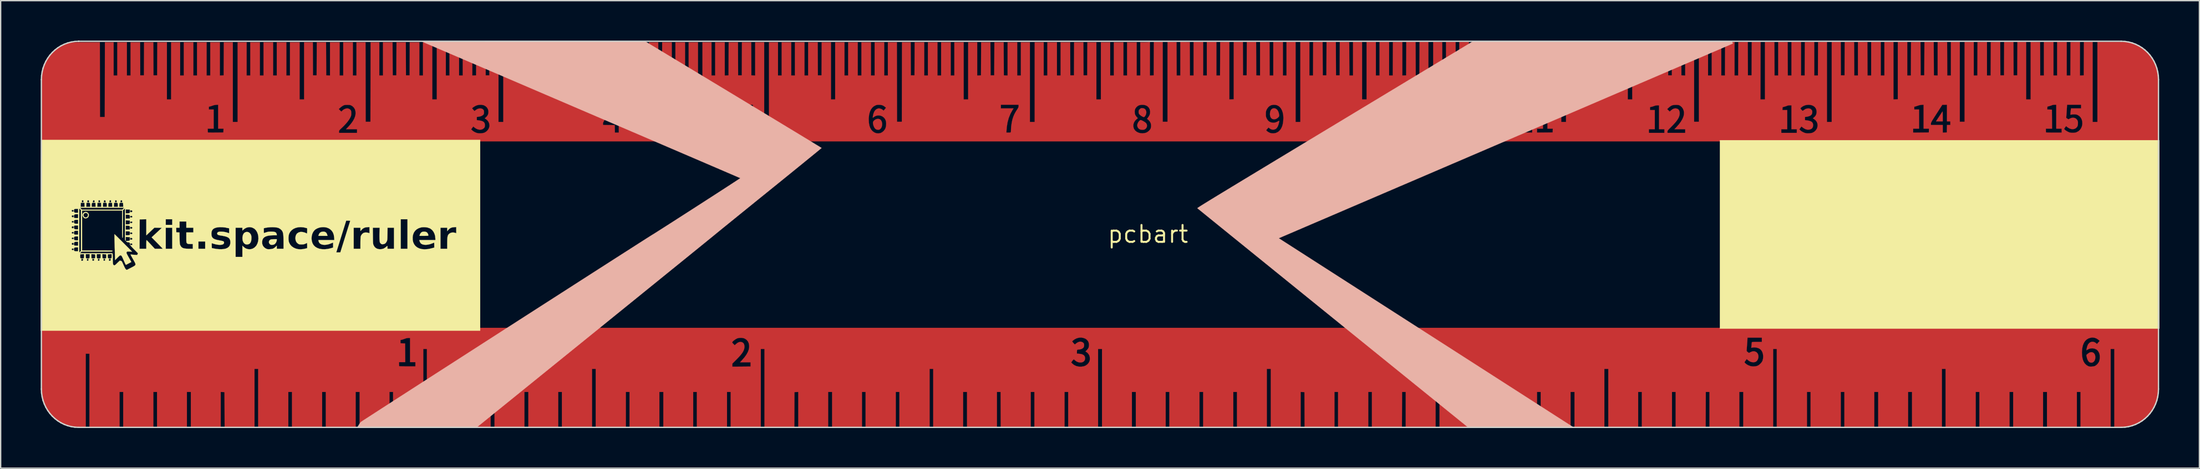
<source format=kicad_pcb>
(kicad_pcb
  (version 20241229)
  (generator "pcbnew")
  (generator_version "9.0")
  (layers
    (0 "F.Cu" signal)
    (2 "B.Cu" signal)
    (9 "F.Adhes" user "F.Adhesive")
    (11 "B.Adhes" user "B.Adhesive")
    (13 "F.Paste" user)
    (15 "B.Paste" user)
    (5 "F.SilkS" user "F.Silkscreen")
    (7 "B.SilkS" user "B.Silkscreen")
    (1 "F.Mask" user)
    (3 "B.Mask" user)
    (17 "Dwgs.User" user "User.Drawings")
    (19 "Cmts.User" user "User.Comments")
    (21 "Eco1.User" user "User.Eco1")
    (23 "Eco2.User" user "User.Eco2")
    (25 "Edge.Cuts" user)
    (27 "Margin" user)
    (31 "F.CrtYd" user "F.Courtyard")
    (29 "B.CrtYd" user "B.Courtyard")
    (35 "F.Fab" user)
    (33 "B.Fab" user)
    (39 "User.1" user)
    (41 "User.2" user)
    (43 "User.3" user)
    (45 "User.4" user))
  (footprint "pcbart"
    (layer "F.Cu")
    (at 83.19 14.568)
    (property "Reference" "pcbart" (at 0 0 0) (layer "F.SilkS") (effects (font (size 1.27 1.27) (thickness 0.15))))
    (attr through_hole)
    (fp_poly (pts (xy 59.699 -9.211) (xy 59.704 -9.169) (xy 59.707 -9.096) (xy 59.709 -8.989) (xy 59.71 -8.874) (xy 59.711 -8.488) (xy 59.204 -8.488) (xy 59.431 -8.834) (xy 59.503 -8.943) (xy 59.568 -9.043) (xy 59.623 -9.126) (xy 59.662 -9.187) (xy 59.683 -9.219) (xy 59.683 -9.22) (xy 59.693 -9.227) (xy 59.699 -9.211)) (stroke (width 0.01) (type solid)) (fill yes) (layer "F.Cu"))
    (fp_poly (pts (xy 71.008 8.912) (xy 71.083 8.973) (xy 71.138 9.06) (xy 71.17 9.172) (xy 71.174 9.305) (xy 71.16 9.399) (xy 71.12 9.512) (xy 71.057 9.598) (xy 70.976 9.654) (xy 70.884 9.673) (xy 70.789 9.658) (xy 70.724 9.629) (xy 70.661 9.568) (xy 70.603 9.474) (xy 70.556 9.357) (xy 70.524 9.229) (xy 70.5 9.093) (xy 70.6 9.002) (xy 70.71 8.924) (xy 70.817 8.885) (xy 70.918 8.882) (xy 71.008 8.912)) (stroke (width 0.01) (type solid)) (fill yes) (layer "F.Cu"))
    (fp_poly (pts (xy 20.166 8.401) (xy 20.169 8.453) (xy 20.17 8.535) (xy 20.172 8.639) (xy 20.172 8.728) (xy 20.172 9.081) (xy 19.938 9.081) (xy 19.832 9.079) (xy 19.764 9.076) (xy 19.728 9.069) (xy 19.718 9.059) (xy 19.72 9.054) (xy 19.738 9.025) (xy 19.774 8.969) (xy 19.824 8.894) (xy 19.882 8.806) (xy 19.944 8.712) (xy 20.006 8.618) (xy 20.064 8.532) (xy 20.112 8.459) (xy 20.147 8.408) (xy 20.163 8.384) (xy 20.163 8.384) (xy 20.166 8.401)) (stroke (width 0.01) (type solid)) (fill yes) (layer "F.Cu"))
    (fp_poly (pts (xy 9.557 -9.459) (xy 9.656 -9.41) (xy 9.738 -9.325) (xy 9.802 -9.207) (xy 9.844 -9.06) (xy 9.856 -8.984) (xy 9.861 -8.916) (xy 9.853 -8.871) (xy 9.825 -8.827) (xy 9.802 -8.8) (xy 9.703 -8.712) (xy 9.592 -8.658) (xy 9.478 -8.64) (xy 9.368 -8.659) (xy 9.335 -8.673) (xy 9.256 -8.736) (xy 9.2 -8.831) (xy 9.17 -8.955) (xy 9.165 -9.043) (xy 9.179 -9.188) (xy 9.218 -9.305) (xy 9.279 -9.394) (xy 9.36 -9.45) (xy 9.458 -9.472) (xy 9.557 -9.459)) (stroke (width 0.01) (type solid)) (fill yes) (layer "F.Cu"))
    (fp_poly (pts (xy -40.059 -9.232) (xy -40.054 -9.19) (xy -40.051 -9.117) (xy -40.049 -9.01) (xy -40.049 -8.885) (xy -40.047 -8.488) (xy -40.301 -8.488) (xy -40.399 -8.489) (xy -40.48 -8.491) (xy -40.535 -8.494) (xy -40.555 -8.498) (xy -40.555 -8.498) (xy -40.544 -8.518) (xy -40.513 -8.568) (xy -40.466 -8.642) (xy -40.406 -8.734) (xy -40.337 -8.84) (xy -40.328 -8.854) (xy -40.256 -8.964) (xy -40.191 -9.064) (xy -40.136 -9.147) (xy -40.096 -9.208) (xy -40.076 -9.24) (xy -40.075 -9.241) (xy -40.066 -9.248) (xy -40.059 -9.232)) (stroke (width 0.01) (type solid)) (fill yes) (layer "F.Cu"))
    (fp_poly (pts (xy -20.141 -8.646) (xy -20.067 -8.588) (xy -20.013 -8.503) (xy -19.979 -8.397) (xy -19.966 -8.281) (xy -19.975 -8.163) (xy -20.007 -8.053) (xy -20.061 -7.959) (xy -20.098 -7.919) (xy -20.159 -7.874) (xy -20.219 -7.856) (xy -20.273 -7.853) (xy -20.366 -7.865) (xy -20.439 -7.893) (xy -20.518 -7.964) (xy -20.582 -8.073) (xy -20.625 -8.19) (xy -20.653 -8.307) (xy -20.659 -8.396) (xy -20.641 -8.466) (xy -20.599 -8.527) (xy -20.58 -8.547) (xy -20.469 -8.629) (xy -20.353 -8.672) (xy -20.237 -8.675) (xy -20.141 -8.646)) (stroke (width 0.01) (type solid)) (fill yes) (layer "F.Cu"))
    (fp_poly (pts (xy -0.521 -8.581) (xy -0.445 -8.551) (xy -0.357 -8.506) (xy -0.268 -8.453) (xy -0.192 -8.4) (xy -0.14 -8.354) (xy -0.133 -8.347) (xy -0.082 -8.248) (xy -0.069 -8.143) (xy -0.093 -8.041) (xy -0.151 -7.951) (xy -0.21 -7.901) (xy -0.267 -7.871) (xy -0.334 -7.857) (xy -0.411 -7.854) (xy -0.49 -7.858) (xy -0.559 -7.868) (xy -0.593 -7.877) (xy -0.687 -7.935) (xy -0.758 -8.021) (xy -0.798 -8.124) (xy -0.804 -8.185) (xy -0.792 -8.271) (xy -0.76 -8.36) (xy -0.713 -8.444) (xy -0.657 -8.514) (xy -0.599 -8.564) (xy -0.544 -8.584) (xy -0.521 -8.581)) (stroke (width 0.01) (type solid)) (fill yes) (layer "F.Cu"))
    (fp_poly (pts (xy -0.315 -9.465) (xy -0.223 -9.414) (xy -0.158 -9.332) (xy -0.124 -9.223) (xy -0.119 -9.155) (xy -0.14 -9.024) (xy -0.199 -8.903) (xy -0.239 -8.853) (xy -0.272 -8.822) (xy -0.303 -8.809) (xy -0.344 -8.816) (xy -0.405 -8.843) (xy -0.439 -8.859) (xy -0.517 -8.907) (xy -0.593 -8.968) (xy -0.623 -8.997) (xy -0.668 -9.051) (xy -0.69 -9.099) (xy -0.698 -9.159) (xy -0.699 -9.199) (xy -0.696 -9.271) (xy -0.683 -9.32) (xy -0.651 -9.364) (xy -0.616 -9.4) (xy -0.563 -9.45) (xy -0.517 -9.474) (xy -0.462 -9.482) (xy -0.431 -9.483) (xy -0.315 -9.465)) (stroke (width 0.01) (type solid)) (fill yes) (layer "F.Cu"))
    (fp_poly (pts (xy 19.916 -9.445) (xy 19.994 -9.397) (xy 20.057 -9.313) (xy 20.105 -9.194) (xy 20.139 -9.038) (xy 20.16 -8.843) (xy 20.165 -8.763) (xy 20.166 -8.555) (xy 20.152 -8.366) (xy 20.123 -8.202) (xy 20.08 -8.066) (xy 20.024 -7.962) (xy 19.956 -7.896) (xy 19.952 -7.893) (xy 19.857 -7.858) (xy 19.759 -7.863) (xy 19.703 -7.885) (xy 19.629 -7.949) (xy 19.569 -8.052) (xy 19.524 -8.194) (xy 19.493 -8.374) (xy 19.48 -8.542) (xy 19.477 -8.77) (xy 19.492 -8.969) (xy 19.523 -9.137) (xy 19.571 -9.271) (xy 19.635 -9.372) (xy 19.713 -9.435) (xy 19.806 -9.461) (xy 19.821 -9.461) (xy 19.916 -9.445)) (stroke (width 0.01) (type solid)) (fill yes) (layer "F.Cu"))
    (fp_poly (pts (xy 75.94 9.541) (xy 75.939 9.927) (xy 75.938 10.273) (xy 75.937 10.583) (xy 75.935 10.857) (xy 75.934 11.099) (xy 75.932 11.311) (xy 75.93 11.496) (xy 75.927 11.657) (xy 75.923 11.795) (xy 75.919 11.914) (xy 75.913 12.015) (xy 75.907 12.102) (xy 75.899 12.176) (xy 75.89 12.242) (xy 75.879 12.3) (xy 75.867 12.353) (xy 75.853 12.405) (xy 75.838 12.456) (xy 75.82 12.511) (xy 75.801 12.572) (xy 75.795 12.589) (xy 75.677 12.893) (xy 75.523 13.184) (xy 75.336 13.458) (xy 75.122 13.709) (xy 74.884 13.93) (xy 74.666 14.091) (xy 74.512 14.184) (xy 74.332 14.276) (xy 74.144 14.361) (xy 73.965 14.429) (xy 73.903 14.449) (xy 73.844 14.467) (xy 73.791 14.481) (xy 73.738 14.491) (xy 73.678 14.499) (xy 73.605 14.505) (xy 73.512 14.509) (xy 73.393 14.512) (xy 73.241 14.514) (xy 73.157 14.515) (xy 72.602 14.523) (xy 72.602 8.636) (xy 72.326 8.636) (xy 72.326 14.52) (xy 70.062 14.52) (xy 70.062 11.874) (xy 69.787 11.874) (xy 69.787 14.52) (xy 67.543 14.52) (xy 67.543 11.874) (xy 67.246 11.874) (xy 67.246 14.52) (xy 65.003 14.52) (xy 65.003 11.874) (xy 64.728 11.874) (xy 64.728 14.52) (xy 62.463 14.52) (xy 62.463 11.874) (xy 62.188 11.874) (xy 62.188 14.52) (xy 59.923 14.52) (xy 59.923 10.139) (xy 59.648 10.139) (xy 59.648 14.52) (xy 57.404 14.52) (xy 57.404 11.874) (xy 57.108 11.874) (xy 57.108 14.52) (xy 54.864 14.52) (xy 54.864 11.874) (xy 54.568 11.874) (xy 54.568 14.52) (xy 52.324 14.52) (xy 52.324 11.874) (xy 52.049 11.874) (xy 52.049 14.52) (xy 49.784 14.52) (xy 49.784 11.874) (xy 49.509 11.874) (xy 49.509 14.52) (xy 47.244 14.52) (xy 47.244 8.922) (xy 70.168 8.922) (xy 70.181 9.171) (xy 70.22 9.388) (xy 70.286 9.573) (xy 70.378 9.725) (xy 70.496 9.844) (xy 70.62 9.92) (xy 70.685 9.947) (xy 70.745 9.962) (xy 70.817 9.966) (xy 70.898 9.964) (xy 71.04 9.95) (xy 71.144 9.92) (xy 71.152 9.916) (xy 71.259 9.845) (xy 71.358 9.744) (xy 71.436 9.628) (xy 71.461 9.572) (xy 71.494 9.455) (xy 71.51 9.32) (xy 71.511 9.18) (xy 71.495 9.05) (xy 71.464 8.947) (xy 71.405 8.834) (xy 71.344 8.751) (xy 71.272 8.689) (xy 71.235 8.666) (xy 71.099 8.61) (xy 70.95 8.588) (xy 70.799 8.602) (xy 70.655 8.651) (xy 70.605 8.679) (xy 70.502 8.742) (xy 70.516 8.652) (xy 70.554 8.477) (xy 70.609 8.334) (xy 70.653 8.26) (xy 70.744 8.167) (xy 70.849 8.111) (xy 70.963 8.093) (xy 71.079 8.114) (xy 71.19 8.174) (xy 71.219 8.197) (xy 71.295 8.265) (xy 71.4 8.149) (xy 71.504 8.033) (xy 71.418 7.956) (xy 71.277 7.857) (xy 71.123 7.797) (xy 70.959 7.779) (xy 70.836 7.791) (xy 70.667 7.841) (xy 70.523 7.926) (xy 70.402 8.044) (xy 70.306 8.196) (xy 70.235 8.381) (xy 70.189 8.598) (xy 70.169 8.846) (xy 70.168 8.922) (xy 47.244 8.922) (xy 47.244 8.636) (xy 46.969 8.636) (xy 46.969 14.52) (xy 44.725 14.52) (xy 44.725 11.874) (xy 44.429 11.874) (xy 44.429 14.52) (xy 42.185 14.52) (xy 42.185 11.874) (xy 41.91 11.874) (xy 41.905 13.192) (xy 41.899 14.51) (xy 39.645 14.521) (xy 39.645 11.874) (xy 39.37 11.874) (xy 39.37 14.52) (xy 37.105 14.52) (xy 37.105 11.874) (xy 36.83 11.874) (xy 36.83 14.52) (xy 34.586 14.52) (xy 34.586 10.139) (xy 34.29 10.139) (xy 34.29 14.52) (xy 32.046 14.52) (xy 32.046 11.874) (xy 31.75 11.874) (xy 31.75 14.52) (xy 29.506 14.52) (xy 29.506 11.874) (xy 29.231 11.874) (xy 29.231 14.52) (xy 26.966 14.52) (xy 26.966 11.874) (xy 26.691 11.874) (xy 26.691 14.52) (xy 24.426 14.52) (xy 24.426 11.874) (xy 24.151 11.874) (xy 24.151 14.52) (xy 21.907 14.52) (xy 21.907 9.625) (xy 44.823 9.625) (xy 44.828 9.655) (xy 44.863 9.7) (xy 44.922 9.752) (xy 44.996 9.806) (xy 45.08 9.856) (xy 45.096 9.864) (xy 45.276 9.931) (xy 45.463 9.957) (xy 45.655 9.942) (xy 45.773 9.912) (xy 45.867 9.866) (xy 45.966 9.79) (xy 46.058 9.698) (xy 46.131 9.598) (xy 46.173 9.514) (xy 46.213 9.349) (xy 46.222 9.182) (xy 46.203 9.021) (xy 46.157 8.873) (xy 46.085 8.746) (xy 45.989 8.649) (xy 45.872 8.582) (xy 45.731 8.539) (xy 45.578 8.521) (xy 45.428 8.531) (xy 45.402 8.536) (xy 45.327 8.552) (xy 45.344 8.356) (xy 45.352 8.267) (xy 45.36 8.193) (xy 45.368 8.144) (xy 45.37 8.133) (xy 45.386 8.123) (xy 45.426 8.116) (xy 45.495 8.111) (xy 45.598 8.108) (xy 45.739 8.107) (xy 45.751 8.107) (xy 46.122 8.107) (xy 46.122 7.789) (xy 45.043 7.789) (xy 45.042 7.837) (xy 45.041 7.872) (xy 45.036 7.942) (xy 45.03 8.04) (xy 45.022 8.158) (xy 45.012 8.289) (xy 45.011 8.308) (xy 45.001 8.44) (xy 44.993 8.56) (xy 44.986 8.66) (xy 44.981 8.734) (xy 44.979 8.774) (xy 44.979 8.776) (xy 44.999 8.822) (xy 45.058 8.873) (xy 45.067 8.879) (xy 45.154 8.937) (xy 45.262 8.883) (xy 45.371 8.836) (xy 45.461 8.815) (xy 45.547 8.816) (xy 45.592 8.824) (xy 45.696 8.867) (xy 45.778 8.941) (xy 45.835 9.038) (xy 45.864 9.151) (xy 45.864 9.274) (xy 45.83 9.399) (xy 45.814 9.435) (xy 45.745 9.539) (xy 45.66 9.605) (xy 45.553 9.636) (xy 45.487 9.64) (xy 45.359 9.628) (xy 45.247 9.591) (xy 45.136 9.524) (xy 45.095 9.492) (xy 44.982 9.4) (xy 44.91 9.499) (xy 44.868 9.558) (xy 44.836 9.605) (xy 44.823 9.625) (xy 21.907 9.625) (xy 21.907 8.636) (xy 21.611 8.636) (xy 21.611 14.52) (xy 19.367 14.52) (xy 19.367 11.874) (xy 19.093 11.874) (xy 19.082 14.51) (xy 16.828 14.521) (xy 16.828 11.874) (xy 16.552 11.874) (xy 16.552 14.52) (xy 14.287 14.52) (xy 14.287 11.874) (xy 14.012 11.874) (xy 14.012 14.52) (xy 11.769 14.52) (xy 11.758 11.885) (xy 11.615 11.879) (xy 11.472 11.873) (xy 11.472 14.52) (xy 9.229 14.52) (xy 9.229 10.139) (xy 8.932 10.139) (xy 8.932 14.52) (xy 6.689 14.52) (xy 6.689 11.874) (xy 6.413 11.874) (xy 6.413 14.52) (xy 4.149 14.52) (xy 4.149 11.874) (xy 3.873 11.874) (xy 3.873 14.52) (xy 1.609 14.52) (xy 1.609 11.874) (xy 1.333 11.874) (xy 1.333 14.52) (xy -0.91 14.52) (xy -0.91 11.874) (xy -1.206 11.874) (xy -1.206 14.52) (xy -3.45 14.52) (xy -3.45 9.265) (xy 19.283 9.265) (xy 19.283 9.376) (xy 19.722 9.382) (xy 20.161 9.387) (xy 20.173 9.948) (xy 20.511 9.948) (xy 20.511 9.377) (xy 20.786 9.377) (xy 20.786 9.081) (xy 20.511 9.081) (xy 20.511 7.809) (xy 20.327 7.815) (xy 20.143 7.821) (xy 19.713 8.487) (xy 19.602 8.659) (xy 19.512 8.799) (xy 19.441 8.912) (xy 19.386 9.001) (xy 19.346 9.07) (xy 19.318 9.123) (xy 19.299 9.164) (xy 19.289 9.197) (xy 19.284 9.226) (xy 19.283 9.255) (xy 19.283 9.265) (xy -3.45 9.265) (xy -3.45 8.636) (xy -3.747 8.636) (xy -3.747 14.52) (xy -5.99 14.52) (xy -5.99 11.874) (xy -6.265 11.874) (xy -6.265 14.52) (xy -8.53 14.52) (xy -8.53 11.874) (xy -8.805 11.874) (xy -8.805 14.521) (xy -11.06 14.51) (xy -11.07 11.874) (xy -11.345 11.874) (xy -11.345 14.52) (xy -13.589 14.52) (xy -13.589 11.874) (xy -13.885 11.874) (xy -13.885 14.52) (xy -16.129 14.52) (xy -16.129 10.139) (xy -16.404 10.139) (xy -16.404 14.52) (xy -18.669 14.52) (xy -18.669 11.874) (xy -18.944 11.874) (xy -18.944 14.52) (xy -21.209 14.52) (xy -21.209 11.874) (xy -21.484 11.874) (xy -21.484 14.52) (xy -23.728 14.52) (xy -23.728 11.874) (xy -24.024 11.874) (xy -24.024 14.52) (xy -26.268 14.52) (xy -26.268 11.873) (xy -26.411 11.879) (xy -26.554 11.885) (xy -26.564 14.52) (xy -28.808 14.52) (xy -28.808 9.654) (xy -5.764 9.654) (xy -5.681 9.739) (xy -5.548 9.846) (xy -5.39 9.922) (xy -5.213 9.964) (xy -5.023 9.973) (xy -4.826 9.946) (xy -4.689 9.894) (xy -4.565 9.809) (xy -4.463 9.698) (xy -4.392 9.569) (xy -4.385 9.548) (xy -4.364 9.443) (xy -4.362 9.322) (xy -4.379 9.203) (xy -4.404 9.123) (xy -4.462 9.024) (xy -4.538 8.934) (xy -4.62 8.868) (xy -4.638 8.857) (xy -4.693 8.829) (xy -4.583 8.715) (xy -4.509 8.629) (xy -4.464 8.551) (xy -4.449 8.504) (xy -4.426 8.342) (xy -4.441 8.194) (xy -4.492 8.063) (xy -4.578 7.953) (xy -4.696 7.867) (xy -4.852 7.806) (xy -5.019 7.781) (xy -5.19 7.792) (xy -5.358 7.838) (xy -5.515 7.918) (xy -5.627 8.003) (xy -5.697 8.067) (xy -5.605 8.181) (xy -5.557 8.238) (xy -5.516 8.28) (xy -5.491 8.296) (xy -5.491 8.296) (xy -5.463 8.283) (xy -5.423 8.248) (xy -5.417 8.242) (xy -5.352 8.189) (xy -5.266 8.14) (xy -5.174 8.103) (xy -5.095 8.086) (xy -5.085 8.086) (xy -4.985 8.102) (xy -4.891 8.145) (xy -4.837 8.191) (xy -4.803 8.255) (xy -4.791 8.341) (xy -4.798 8.431) (xy -4.825 8.509) (xy -4.847 8.542) (xy -4.934 8.611) (xy -5.042 8.659) (xy -5.152 8.678) (xy -5.154 8.678) (xy -5.241 8.681) (xy -5.295 8.694) (xy -5.322 8.724) (xy -5.333 8.778) (xy -5.334 8.847) (xy -5.334 8.99) (xy -5.17 9) (xy -5.008 9.022) (xy -4.883 9.066) (xy -4.793 9.132) (xy -4.739 9.221) (xy -4.72 9.332) (xy -4.72 9.335) (xy -4.729 9.413) (xy -4.752 9.488) (xy -4.759 9.503) (xy -4.823 9.58) (xy -4.912 9.631) (xy -5.02 9.656) (xy -5.138 9.654) (xy -5.259 9.627) (xy -5.376 9.573) (xy -5.481 9.494) (xy -5.487 9.488) (xy -5.534 9.444) (xy -5.563 9.427) (xy -5.585 9.431) (xy -5.607 9.449) (xy -5.644 9.489) (xy -5.69 9.547) (xy -5.706 9.57) (xy -5.764 9.654) (xy -28.808 9.654) (xy -28.808 8.636) (xy -29.083 8.636) (xy -29.083 14.52) (xy -31.348 14.52) (xy -31.348 11.874) (xy -31.623 11.874) (xy -31.623 14.52) (xy -33.888 14.52) (xy -33.888 11.874) (xy -34.163 11.874) (xy -34.163 14.52) (xy -36.407 14.52) (xy -36.407 11.874) (xy -36.703 11.874) (xy -36.703 14.52) (xy -38.947 14.52) (xy -38.947 11.874) (xy -39.222 11.874) (xy -39.222 14.52) (xy -41.487 14.52) (xy -41.487 10.139) (xy -41.762 10.139) (xy -41.762 14.52) (xy -44.027 14.52) (xy -44.027 11.874) (xy -44.302 11.874) (xy -44.302 14.52) (xy -46.545 14.52) (xy -46.545 11.874) (xy -46.842 11.874) (xy -46.842 14.52) (xy -49.086 14.52) (xy -49.086 11.874) (xy -49.382 11.874) (xy -49.382 14.52) (xy -51.626 14.52) (xy -51.626 11.874) (xy -51.901 11.874) (xy -51.901 14.52) (xy -54.166 14.52) (xy -54.166 8.636) (xy -54.441 8.636) (xy -54.441 14.52) (xy -56.706 14.52) (xy -56.706 11.874) (xy -56.981 11.874) (xy -56.981 14.52) (xy -59.224 14.52) (xy -59.224 11.874) (xy -59.521 11.874) (xy -59.521 14.52) (xy -61.764 14.52) (xy -61.764 11.874) (xy -62.039 11.874) (xy -62.039 14.52) (xy -64.304 14.52) (xy -64.304 11.874) (xy -64.579 11.874) (xy -64.579 14.52) (xy -66.844 14.52) (xy -66.844 10.139) (xy -67.12 10.139) (xy -67.12 14.52) (xy -69.363 14.52) (xy -69.374 11.885) (xy -69.517 11.879) (xy -69.659 11.873) (xy -69.659 14.52) (xy -71.903 14.52) (xy -71.903 11.874) (xy -72.2 11.874) (xy -72.2 14.52) (xy -74.443 14.52) (xy -74.443 11.874) (xy -74.718 11.874) (xy -74.718 14.52) (xy -76.983 14.52) (xy -76.983 11.874) (xy -77.258 11.874) (xy -77.258 14.52) (xy -79.523 14.52) (xy -79.523 9.631) (xy -56.261 9.631) (xy -56.261 9.775) (xy -56.259 9.85) (xy -56.254 9.907) (xy -56.247 9.934) (xy -56.247 9.934) (xy -56.223 9.938) (xy -56.162 9.941) (xy -56.07 9.944) (xy -55.952 9.946) (xy -55.813 9.948) (xy -55.66 9.948) (xy -55.633 9.948) (xy -55.033 9.948) (xy -55.033 9.631) (xy -55.435 9.631) (xy -55.435 8.157) (xy -31.23 8.157) (xy -31.21 8.187) (xy -31.167 8.234) (xy -31.145 8.256) (xy -31.045 8.359) (xy -30.931 8.255) (xy -30.812 8.166) (xy -30.693 8.117) (xy -30.578 8.109) (xy -30.469 8.141) (xy -30.46 8.146) (xy -30.384 8.206) (xy -30.335 8.293) (xy -30.313 8.409) (xy -30.311 8.466) (xy -30.32 8.579) (xy -30.348 8.69) (xy -30.397 8.805) (xy -30.47 8.927) (xy -30.569 9.06) (xy -30.697 9.208) (xy -30.856 9.376) (xy -30.906 9.427) (xy -31.221 9.742) (xy -31.221 9.97) (xy -30.538 9.965) (xy -29.856 9.959) (xy -29.856 9.641) (xy -30.644 9.641) (xy -30.499 9.487) (xy -30.312 9.27) (xy -30.164 9.064) (xy -30.056 8.868) (xy -29.987 8.68) (xy -29.957 8.5) (xy -29.958 8.377) (xy -29.989 8.21) (xy -30.052 8.069) (xy -30.148 7.954) (xy -30.278 7.865) (xy -30.302 7.853) (xy -30.416 7.816) (xy -30.55 7.8) (xy -30.689 7.804) (xy -30.816 7.828) (xy -30.87 7.849) (xy -30.959 7.896) (xy -31.051 7.956) (xy -31.133 8.021) (xy -31.195 8.08) (xy -31.213 8.104) (xy -31.229 8.132) (xy -31.23 8.157) (xy -55.435 8.157) (xy -55.435 7.811) (xy -55.557 7.811) (xy -55.712 7.831) (xy -55.806 7.863) (xy -55.895 7.896) (xy -55.99 7.926) (xy -56.044 7.94) (xy -56.155 7.965) (xy -56.155 8.211) (xy -55.806 8.223) (xy -55.8 8.927) (xy -55.795 9.631) (xy -56.261 9.631) (xy -79.523 9.631) (xy -79.523 8.996) (xy -79.798 8.996) (xy -79.798 14.52) (xy -80.312 14.519) (xy -80.481 14.518) (xy -80.615 14.516) (xy -80.721 14.513) (xy -80.804 14.508) (xy -80.872 14.5) (xy -80.931 14.489) (xy -80.984 14.477) (xy -81.315 14.37) (xy -81.626 14.226) (xy -81.915 14.048) (xy -82.179 13.837) (xy -82.417 13.594) (xy -82.625 13.322) (xy -82.803 13.022) (xy -82.835 12.958) (xy -82.961 12.659) (xy -83.051 12.346) (xy -83.107 12.014) (xy -83.122 11.859) (xy -83.124 11.8) (xy -83.127 11.703) (xy -83.129 11.57) (xy -83.132 11.404) (xy -83.134 11.208) (xy -83.136 10.986) (xy -83.138 10.741) (xy -83.139 10.476) (xy -83.14 10.194) (xy -83.141 9.898) (xy -83.142 9.592) (xy -83.142 9.319) (xy -83.143 7.048) (xy 75.948 7.048) (xy 75.94 9.541)) (stroke (width 0.01) (type solid)) (fill yes) (layer "F.Cu"))
    (fp_poly (pts (xy 0.148 -11.936) (xy 0.291 -11.942) (xy 0.434 -11.949) (xy 0.439 -13.203) (xy 0.445 -14.457) (xy 0.778 -14.457) (xy 1.111 -14.457) (xy 1.111 -8.456) (xy 1.471 -8.456) (xy 1.471 -9.037) (xy 8.859 -9.037) (xy 8.86 -8.937) (xy 8.866 -8.866) (xy 8.88 -8.807) (xy 8.903 -8.746) (xy 8.928 -8.695) (xy 9.004 -8.571) (xy 9.096 -8.482) (xy 9.21 -8.422) (xy 9.245 -8.411) (xy 9.401 -8.383) (xy 9.55 -8.395) (xy 9.697 -8.449) (xy 9.764 -8.487) (xy 9.82 -8.522) (xy 9.85 -8.535) (xy 9.862 -8.528) (xy 9.864 -8.507) (xy 9.855 -8.427) (xy 9.832 -8.326) (xy 9.799 -8.218) (xy 9.761 -8.12) (xy 9.735 -8.069) (xy 9.689 -8) (xy 9.637 -7.942) (xy 9.605 -7.917) (xy 9.49 -7.87) (xy 9.368 -7.862) (xy 9.248 -7.89) (xy 9.141 -7.955) (xy 9.135 -7.96) (xy 9.062 -8.024) (xy 8.977 -7.933) (xy 8.93 -7.88) (xy 8.899 -7.836) (xy 8.891 -7.815) (xy 8.908 -7.786) (xy 8.954 -7.745) (xy 9.019 -7.699) (xy 9.093 -7.656) (xy 9.168 -7.62) (xy 9.182 -7.614) (xy 9.308 -7.586) (xy 9.45 -7.584) (xy 9.593 -7.609) (xy 9.701 -7.649) (xy 9.838 -7.739) (xy 9.953 -7.865) (xy 9.971 -7.895) (xy 17.738 -7.895) (xy 17.738 -7.62) (xy 18.925 -7.62) (xy 18.919 -7.752) (xy 18.912 -7.885) (xy 18.706 -7.891) (xy 18.5 -7.897) (xy 18.5 -8.616) (xy 19.161 -8.616) (xy 19.172 -8.42) (xy 19.197 -8.237) (xy 19.23 -8.093) (xy 19.292 -7.941) (xy 19.378 -7.806) (xy 19.483 -7.698) (xy 19.601 -7.622) (xy 19.635 -7.607) (xy 19.744 -7.584) (xy 19.868 -7.585) (xy 19.992 -7.607) (xy 20.094 -7.648) (xy 20.202 -7.728) (xy 20.29 -7.833) (xy 20.352 -7.938) (xy 27.707 -7.938) (xy 27.707 -7.641) (xy 28.871 -7.641) (xy 28.871 -7.938) (xy 29.231 -7.938) (xy 29.231 -7.64) (xy 29.819 -7.646) (xy 30.406 -7.652) (xy 30.412 -7.795) (xy 30.417 -7.895) (xy 37.634 -7.895) (xy 37.634 -7.62) (xy 38.798 -7.62) (xy 38.798 -7.895) (xy 38.396 -7.895) (xy 38.396 -9.409) (xy 39.007 -9.409) (xy 39.103 -9.315) (xy 39.199 -9.222) (xy 39.296 -9.311) (xy 39.403 -9.395) (xy 39.505 -9.444) (xy 39.613 -9.461) (xy 39.629 -9.461) (xy 39.748 -9.445) (xy 39.84 -9.396) (xy 39.905 -9.315) (xy 39.942 -9.203) (xy 39.951 -9.09) (xy 39.94 -8.968) (xy 39.904 -8.843) (xy 39.843 -8.712) (xy 39.755 -8.572) (xy 39.636 -8.419) (xy 39.486 -8.251) (xy 39.312 -8.073) (xy 39.214 -7.975) (xy 39.141 -7.902) (xy 39.091 -7.847) (xy 39.059 -7.806) (xy 39.041 -7.774) (xy 39.033 -7.745) (xy 39.031 -7.714) (xy 39.031 -7.708) (xy 39.031 -7.62) (xy 40.365 -7.62) (xy 40.365 -7.895) (xy 47.583 -7.895) (xy 47.583 -7.62) (xy 48.747 -7.62) (xy 48.747 -7.887) (xy 48.937 -7.887) (xy 49.003 -7.819) (xy 49.091 -7.746) (xy 49.206 -7.679) (xy 49.329 -7.625) (xy 49.392 -7.606) (xy 49.511 -7.587) (xy 49.647 -7.585) (xy 49.784 -7.598) (xy 49.905 -7.625) (xy 49.948 -7.641) (xy 50.071 -7.714) (xy 50.176 -7.817) (xy 50.253 -7.938) (xy 57.489 -7.938) (xy 57.489 -7.64) (xy 58.076 -7.646) (xy 58.663 -7.652) (xy 58.67 -7.795) (xy 58.676 -7.938) (xy 58.272 -7.938) (xy 58.272 -8.308) (xy 58.822 -8.308) (xy 58.822 -8.213) (xy 59.711 -8.213) (xy 59.711 -7.639) (xy 60.018 -7.652) (xy 60.024 -7.932) (xy 60.024 -7.938) (xy 67.458 -7.938) (xy 67.458 -7.803) (xy 67.46 -7.732) (xy 67.466 -7.678) (xy 67.472 -7.655) (xy 67.496 -7.652) (xy 67.557 -7.648) (xy 67.649 -7.645) (xy 67.767 -7.643) (xy 67.904 -7.642) (xy 68.056 -7.641) (xy 68.065 -7.641) (xy 68.644 -7.641) (xy 68.644 -7.921) (xy 68.834 -7.921) (xy 68.852 -7.885) (xy 68.901 -7.838) (xy 68.972 -7.787) (xy 69.056 -7.735) (xy 69.145 -7.69) (xy 69.231 -7.655) (xy 69.273 -7.643) (xy 69.405 -7.624) (xy 69.546 -7.624) (xy 69.678 -7.642) (xy 69.752 -7.663) (xy 69.897 -7.739) (xy 70.018 -7.846) (xy 70.11 -7.978) (xy 70.172 -8.13) (xy 70.201 -8.297) (xy 70.192 -8.473) (xy 70.192 -8.476) (xy 70.149 -8.638) (xy 70.074 -8.776) (xy 69.972 -8.887) (xy 69.846 -8.967) (xy 69.759 -8.998) (xy 69.691 -9.008) (xy 69.601 -9.012) (xy 69.505 -9.011) (xy 69.415 -9.003) (xy 69.349 -8.991) (xy 69.335 -8.986) (xy 69.319 -8.982) (xy 69.309 -8.992) (xy 69.304 -9.02) (xy 69.305 -9.072) (xy 69.311 -9.152) (xy 69.323 -9.265) (xy 69.334 -9.361) (xy 69.346 -9.461) (xy 70.104 -9.461) (xy 70.104 -9.737) (xy 69.052 -9.737) (xy 69.027 -9.319) (xy 69.019 -9.184) (xy 69.01 -9.06) (xy 69.002 -8.953) (xy 68.996 -8.872) (xy 68.991 -8.825) (xy 68.99 -8.823) (xy 68.987 -8.775) (xy 68.998 -8.743) (xy 69.034 -8.714) (xy 69.068 -8.693) (xy 69.156 -8.641) (xy 69.272 -8.702) (xy 69.4 -8.75) (xy 69.524 -8.761) (xy 69.638 -8.737) (xy 69.737 -8.679) (xy 69.814 -8.589) (xy 69.824 -8.571) (xy 69.851 -8.514) (xy 69.865 -8.458) (xy 69.869 -8.388) (xy 69.867 -8.317) (xy 69.861 -8.224) (xy 69.847 -8.158) (xy 69.823 -8.102) (xy 69.801 -8.066) (xy 69.719 -7.978) (xy 69.616 -7.922) (xy 69.498 -7.898) (xy 69.37 -7.907) (xy 69.24 -7.949) (xy 69.112 -8.023) (xy 69.056 -8.067) (xy 69.011 -8.105) (xy 68.981 -8.124) (xy 68.975 -8.126) (xy 68.96 -8.106) (xy 68.927 -8.063) (xy 68.902 -8.03) (xy 68.863 -7.976) (xy 68.839 -7.935) (xy 68.834 -7.921) (xy 68.644 -7.921) (xy 68.644 -7.938) (xy 68.241 -7.938) (xy 68.241 -9.737) (xy 68.113 -9.737) (xy 68.03 -9.731) (xy 67.957 -9.717) (xy 67.925 -9.705) (xy 67.873 -9.684) (xy 67.797 -9.658) (xy 67.719 -9.635) (xy 67.575 -9.595) (xy 67.568 -9.487) (xy 67.562 -9.379) (xy 67.913 -9.366) (xy 67.924 -7.938) (xy 67.458 -7.938) (xy 60.024 -7.938) (xy 60.03 -8.213) (xy 60.283 -8.213) (xy 60.283 -8.488) (xy 60.029 -8.488) (xy 60.029 -9.737) (xy 59.679 -9.735) (xy 59.251 -9.069) (xy 59.14 -8.896) (xy 59.049 -8.755) (xy 58.978 -8.641) (xy 58.923 -8.552) (xy 58.883 -8.482) (xy 58.855 -8.429) (xy 58.837 -8.387) (xy 58.827 -8.355) (xy 58.823 -8.327) (xy 58.822 -8.308) (xy 58.272 -8.308) (xy 58.272 -9.74) (xy 58.129 -9.731) (xy 58.032 -9.719) (xy 57.931 -9.697) (xy 57.87 -9.677) (xy 57.786 -9.647) (xy 57.702 -9.62) (xy 57.663 -9.609) (xy 57.573 -9.587) (xy 57.573 -9.377) (xy 57.933 -9.377) (xy 57.933 -7.938) (xy 57.489 -7.938) (xy 50.253 -7.938) (xy 50.254 -7.938) (xy 50.283 -8.013) (xy 50.309 -8.172) (xy 50.295 -8.32) (xy 50.242 -8.455) (xy 50.151 -8.573) (xy 50.024 -8.672) (xy 50.023 -8.672) (xy 49.955 -8.713) (xy 50.052 -8.794) (xy 50.149 -8.898) (xy 50.209 -9.018) (xy 50.235 -9.16) (xy 50.236 -9.207) (xy 50.218 -9.355) (xy 50.164 -9.481) (xy 50.078 -9.585) (xy 49.962 -9.663) (xy 49.821 -9.713) (xy 49.655 -9.734) (xy 49.57 -9.732) (xy 49.419 -9.709) (xy 49.274 -9.659) (xy 49.149 -9.588) (xy 49.077 -9.528) (xy 49.017 -9.465) (xy 49.06 -9.405) (xy 49.103 -9.35) (xy 49.145 -9.306) (xy 49.171 -9.285) (xy 49.195 -9.282) (xy 49.227 -9.298) (xy 49.28 -9.337) (xy 49.287 -9.342) (xy 49.396 -9.413) (xy 49.501 -9.45) (xy 49.616 -9.459) (xy 49.652 -9.457) (xy 49.727 -9.447) (xy 49.777 -9.427) (xy 49.824 -9.388) (xy 49.84 -9.37) (xy 49.886 -9.312) (xy 49.907 -9.257) (xy 49.911 -9.195) (xy 49.898 -9.081) (xy 49.855 -8.993) (xy 49.779 -8.926) (xy 49.734 -8.901) (xy 49.649 -8.869) (xy 49.55 -8.843) (xy 49.493 -8.834) (xy 49.361 -8.82) (xy 49.361 -8.58) (xy 49.544 -8.556) (xy 49.699 -8.526) (xy 49.817 -8.481) (xy 49.9 -8.42) (xy 49.951 -8.339) (xy 49.973 -8.237) (xy 49.974 -8.196) (xy 49.958 -8.075) (xy 49.91 -7.981) (xy 49.83 -7.914) (xy 49.814 -7.906) (xy 49.676 -7.863) (xy 49.535 -7.861) (xy 49.392 -7.901) (xy 49.248 -7.983) (xy 49.226 -7.999) (xy 49.094 -8.099) (xy 49.016 -7.993) (xy 48.937 -7.887) (xy 48.747 -7.887) (xy 48.747 -7.895) (xy 48.345 -7.895) (xy 48.345 -9.694) (xy 48.217 -9.694) (xy 48.134 -9.689) (xy 48.061 -9.675) (xy 48.028 -9.663) (xy 47.976 -9.641) (xy 47.901 -9.615) (xy 47.823 -9.592) (xy 47.678 -9.553) (xy 47.672 -9.444) (xy 47.665 -9.335) (xy 48.027 -9.335) (xy 48.027 -7.895) (xy 47.583 -7.895) (xy 40.365 -7.895) (xy 39.555 -7.895) (xy 39.707 -8.055) (xy 39.89 -8.263) (xy 40.04 -8.467) (xy 40.154 -8.662) (xy 40.231 -8.847) (xy 40.261 -8.966) (xy 40.274 -9.135) (xy 40.25 -9.295) (xy 40.192 -9.44) (xy 40.103 -9.564) (xy 39.984 -9.662) (xy 39.952 -9.68) (xy 39.904 -9.702) (xy 39.852 -9.716) (xy 39.784 -9.723) (xy 39.688 -9.726) (xy 39.656 -9.726) (xy 39.514 -9.72) (xy 39.4 -9.698) (xy 39.301 -9.655) (xy 39.202 -9.586) (xy 39.122 -9.516) (xy 39.007 -9.409) (xy 38.396 -9.409) (xy 38.396 -9.694) (xy 38.275 -9.694) (xy 38.12 -9.674) (xy 38.026 -9.642) (xy 37.942 -9.611) (xy 37.858 -9.587) (xy 37.809 -9.576) (xy 37.719 -9.563) (xy 37.719 -9.335) (xy 38.079 -9.335) (xy 38.079 -7.895) (xy 37.634 -7.895) (xy 30.417 -7.895) (xy 30.418 -7.938) (xy 30.014 -7.938) (xy 30.014 -9.74) (xy 29.871 -9.731) (xy 29.774 -9.719) (xy 29.673 -9.697) (xy 29.612 -9.677) (xy 29.529 -9.647) (xy 29.445 -9.62) (xy 29.406 -9.609) (xy 29.316 -9.587) (xy 29.316 -9.377) (xy 29.676 -9.377) (xy 29.676 -7.938) (xy 29.231 -7.938) (xy 28.871 -7.938) (xy 28.469 -7.938) (xy 28.469 -9.737) (xy 28.355 -9.737) (xy 28.239 -9.724) (xy 28.138 -9.693) (xy 28.053 -9.661) (xy 27.958 -9.632) (xy 27.919 -9.622) (xy 27.802 -9.596) (xy 27.79 -9.377) (xy 28.152 -9.377) (xy 28.152 -7.938) (xy 27.707 -7.938) (xy 20.352 -7.938) (xy 20.353 -7.94) (xy 20.4 -8.045) (xy 20.434 -8.155) (xy 20.457 -8.279) (xy 20.471 -8.426) (xy 20.476 -8.603) (xy 20.477 -8.668) (xy 20.476 -8.806) (xy 20.473 -8.912) (xy 20.466 -8.996) (xy 20.455 -9.069) (xy 20.439 -9.14) (xy 20.429 -9.176) (xy 20.399 -9.269) (xy 20.365 -9.358) (xy 20.333 -9.426) (xy 20.33 -9.433) (xy 20.265 -9.521) (xy 20.181 -9.604) (xy 20.091 -9.672) (xy 20.005 -9.715) (xy 19.994 -9.718) (xy 19.906 -9.731) (xy 19.8 -9.732) (xy 19.694 -9.722) (xy 19.603 -9.702) (xy 19.564 -9.687) (xy 19.448 -9.603) (xy 19.348 -9.483) (xy 19.267 -9.327) (xy 19.209 -9.155) (xy 19.179 -8.997) (xy 19.164 -8.813) (xy 19.161 -8.616) (xy 18.5 -8.616) (xy 18.5 -9.694) (xy 18.372 -9.694) (xy 18.289 -9.689) (xy 18.216 -9.675) (xy 18.183 -9.663) (xy 18.131 -9.641) (xy 18.056 -9.615) (xy 17.978 -9.592) (xy 17.833 -9.553) (xy 17.827 -9.444) (xy 17.82 -9.335) (xy 18.182 -9.335) (xy 18.182 -7.895) (xy 17.738 -7.895) (xy 9.971 -7.895) (xy 10.024 -7.982) (xy 10.071 -8.086) (xy 10.107 -8.19) (xy 10.134 -8.305) (xy 10.156 -8.445) (xy 10.164 -8.513) (xy 10.177 -8.742) (xy 10.164 -8.958) (xy 10.127 -9.154) (xy 10.066 -9.328) (xy 9.983 -9.475) (xy 9.88 -9.589) (xy 9.827 -9.63) (xy 9.708 -9.694) (xy 9.586 -9.727) (xy 9.446 -9.733) (xy 9.415 -9.731) (xy 9.267 -9.704) (xy 9.14 -9.642) (xy 9.032 -9.545) (xy 8.941 -9.411) (xy 8.913 -9.356) (xy 8.886 -9.292) (xy 8.87 -9.233) (xy 8.862 -9.163) (xy 8.859 -9.07) (xy 8.859 -9.037) (xy 1.471 -9.037) (xy 1.471 -14.458) (xy 2.148 -14.446) (xy 2.154 -13.192) (xy 2.159 -11.938) (xy 2.434 -11.938) (xy 2.434 -14.458) (xy 2.789 -14.452) (xy 3.143 -14.446) (xy 3.149 -13.192) (xy 3.154 -11.938) (xy 3.429 -11.938) (xy 3.429 -14.457) (xy 4.149 -14.457) (xy 4.149 -11.938) (xy 4.424 -11.938) (xy 4.424 -14.457) (xy 5.144 -14.457) (xy 5.144 -11.938) (xy 5.418 -11.938) (xy 5.424 -13.192) (xy 5.429 -14.446) (xy 5.773 -14.452) (xy 6.117 -14.458) (xy 6.117 -12.297) (xy 6.117 -10.137) (xy 6.445 -10.149) (xy 6.445 -14.457) (xy 6.789 -14.457) (xy 7.133 -14.457) (xy 7.138 -13.203) (xy 7.144 -11.949) (xy 7.419 -11.949) (xy 7.424 -13.203) (xy 7.43 -14.457) (xy 8.128 -14.457) (xy 8.133 -13.203) (xy 8.139 -11.949) (xy 8.281 -11.942) (xy 8.424 -11.936) (xy 8.424 -14.458) (xy 8.779 -14.452) (xy 9.133 -14.446) (xy 9.139 -13.192) (xy 9.144 -11.938) (xy 9.419 -11.938) (xy 9.419 -14.457) (xy 10.139 -14.457) (xy 10.139 -11.938) (xy 10.414 -11.938) (xy 10.414 -14.457) (xy 11.091 -14.457) (xy 11.091 -8.445) (xy 11.451 -8.445) (xy 11.451 -14.457) (xy 12.129 -14.457) (xy 12.129 -11.938) (xy 12.403 -11.938) (xy 12.409 -13.192) (xy 12.414 -14.446) (xy 12.769 -14.452) (xy 13.123 -14.458) (xy 13.128 -13.203) (xy 13.134 -11.949) (xy 13.409 -11.949) (xy 13.415 -13.203) (xy 13.42 -14.457) (xy 14.118 -14.457) (xy 14.123 -13.203) (xy 14.129 -11.949) (xy 14.404 -11.949) (xy 14.409 -13.203) (xy 14.415 -14.458) (xy 14.769 -14.452) (xy 15.124 -14.446) (xy 15.129 -13.192) (xy 15.135 -11.938) (xy 15.409 -11.938) (xy 15.409 -14.457) (xy 16.087 -14.457) (xy 16.087 -10.139) (xy 16.425 -10.139) (xy 16.425 -14.457) (xy 17.124 -14.457) (xy 17.124 -11.938) (xy 17.399 -11.938) (xy 17.399 -14.457) (xy 18.119 -14.457) (xy 18.119 -11.938) (xy 18.393 -11.938) (xy 18.404 -14.446) (xy 18.759 -14.452) (xy 19.113 -14.458) (xy 19.113 -11.936) (xy 19.256 -11.942) (xy 19.399 -11.949) (xy 19.405 -13.203) (xy 19.41 -14.457) (xy 20.108 -14.457) (xy 20.119 -11.949) (xy 20.394 -11.949) (xy 20.4 -13.203) (xy 20.405 -14.457) (xy 20.738 -14.457) (xy 21.071 -14.457) (xy 21.071 -8.456) (xy 21.431 -8.456) (xy 21.431 -14.458) (xy 21.77 -14.452) (xy 22.109 -14.446) (xy 22.114 -13.192) (xy 22.12 -11.938) (xy 22.394 -11.938) (xy 22.394 -14.457) (xy 23.114 -14.457) (xy 23.114 -11.938) (xy 23.389 -11.938) (xy 23.389 -14.457) (xy 24.109 -14.457) (xy 24.109 -11.938) (xy 24.384 -11.938) (xy 24.389 -13.192) (xy 24.395 -14.446) (xy 24.749 -14.452) (xy 25.104 -14.458) (xy 25.104 -13.198) (xy 25.104 -11.938) (xy 25.378 -11.938) (xy 25.389 -14.446) (xy 26.077 -14.458) (xy 26.077 -10.139) (xy 26.395 -10.139) (xy 26.395 -14.457) (xy 27.093 -14.457) (xy 27.104 -11.949) (xy 27.247 -11.942) (xy 27.39 -11.936) (xy 27.39 -14.458) (xy 27.744 -14.452) (xy 28.099 -14.446) (xy 28.104 -13.192) (xy 28.11 -11.938) (xy 28.384 -11.938) (xy 28.384 -14.458) (xy 28.739 -14.452) (xy 29.094 -14.446) (xy 29.099 -13.192) (xy 29.105 -11.938) (xy 29.379 -11.938) (xy 29.379 -14.457) (xy 30.099 -14.457) (xy 30.099 -11.938) (xy 30.374 -11.938) (xy 30.379 -13.192) (xy 30.385 -14.446) (xy 31.052 -14.458) (xy 31.052 -8.445) (xy 31.411 -8.445) (xy 31.411 -14.457) (xy 32.088 -14.457) (xy 32.094 -13.203) (xy 32.099 -11.949) (xy 32.374 -11.949) (xy 32.38 -13.203) (xy 32.385 -14.457) (xy 33.083 -14.457) (xy 33.089 -13.203) (xy 33.094 -11.949) (xy 33.369 -11.949) (xy 33.375 -13.203) (xy 33.38 -14.458) (xy 34.089 -14.446) (xy 34.094 -13.192) (xy 34.1 -11.938) (xy 34.375 -11.938) (xy 34.375 -14.458) (xy 34.729 -14.452) (xy 35.084 -14.446) (xy 35.089 -13.192) (xy 35.095 -11.938) (xy 35.37 -11.938) (xy 35.37 -14.457) (xy 36.047 -14.457) (xy 36.047 -10.139) (xy 36.386 -10.139) (xy 36.38 -12.298) (xy 36.375 -14.457) (xy 36.729 -14.457) (xy 37.084 -14.457) (xy 37.084 -11.938) (xy 37.359 -11.938) (xy 37.364 -13.192) (xy 37.37 -14.446) (xy 37.724 -14.452) (xy 38.079 -14.458) (xy 38.079 -11.936) (xy 38.222 -11.942) (xy 38.365 -11.949) (xy 38.37 -13.203) (xy 38.376 -14.457) (xy 39.073 -14.457) (xy 39.079 -13.203) (xy 39.084 -11.949) (xy 39.359 -11.949) (xy 39.365 -13.203) (xy 39.37 -14.457) (xy 40.068 -14.457) (xy 40.074 -13.203) (xy 40.079 -11.949) (xy 40.222 -11.942) (xy 40.365 -11.936) (xy 40.365 -14.457) (xy 40.698 -14.457) (xy 41.032 -14.457) (xy 41.032 -8.456) (xy 41.391 -8.456) (xy 41.391 -14.457) (xy 41.735 -14.457) (xy 42.079 -14.457) (xy 42.079 -11.938) (xy 42.355 -11.938) (xy 42.355 -14.457) (xy 43.074 -14.457) (xy 43.074 -11.938) (xy 43.349 -11.938) (xy 43.36 -14.446) (xy 43.714 -14.452) (xy 44.069 -14.458) (xy 44.069 -11.938) (xy 44.344 -11.938) (xy 44.349 -13.192) (xy 44.355 -14.446) (xy 44.709 -14.452) (xy 45.063 -14.458) (xy 45.069 -13.203) (xy 45.074 -11.949) (xy 45.35 -11.949) (xy 45.355 -13.203) (xy 45.361 -14.457) (xy 45.694 -14.457) (xy 46.027 -14.457) (xy 46.021 -12.298) (xy 46.016 -10.139) (xy 46.355 -10.139) (xy 46.355 -14.458) (xy 46.71 -14.452) (xy 47.064 -14.446) (xy 47.07 -13.192) (xy 47.075 -11.938) (xy 47.35 -11.938) (xy 47.35 -14.458) (xy 47.704 -14.452) (xy 48.059 -14.446) (xy 48.064 -13.192) (xy 48.07 -11.938) (xy 48.345 -11.938) (xy 48.345 -14.457) (xy 49.064 -14.457) (xy 49.064 -11.938) (xy 49.339 -11.938) (xy 49.345 -13.192) (xy 49.35 -14.446) (xy 49.705 -14.452) (xy 50.059 -14.458) (xy 50.059 -11.938) (xy 50.334 -11.938) (xy 50.345 -14.446) (xy 51.012 -14.458) (xy 51.012 -8.445) (xy 51.371 -8.445) (xy 51.371 -14.457) (xy 52.048 -14.457) (xy 52.059 -11.949) (xy 52.335 -11.949) (xy 52.34 -13.203) (xy 52.346 -14.458) (xy 52.7 -14.452) (xy 53.054 -14.446) (xy 53.06 -13.192) (xy 53.065 -11.938) (xy 53.34 -11.938) (xy 53.34 -14.458) (xy 53.695 -14.452) (xy 54.049 -14.446) (xy 54.055 -13.192) (xy 54.06 -11.938) (xy 54.335 -11.938) (xy 54.335 -14.457) (xy 55.054 -14.457) (xy 55.054 -11.938) (xy 55.33 -11.938) (xy 55.33 -14.457) (xy 56.007 -14.457) (xy 56.007 -10.137) (xy 56.171 -10.143) (xy 56.335 -10.149) (xy 56.335 -14.457) (xy 57.044 -14.457) (xy 57.044 -11.938) (xy 57.319 -11.938) (xy 57.33 -14.446) (xy 57.684 -14.452) (xy 58.039 -14.458) (xy 58.044 -13.203) (xy 58.05 -11.949) (xy 58.325 -11.949) (xy 58.33 -13.203) (xy 58.336 -14.457) (xy 59.033 -14.457) (xy 59.044 -11.949) (xy 59.187 -11.942) (xy 59.33 -11.936) (xy 59.33 -14.458) (xy 59.685 -14.452) (xy 60.039 -14.446) (xy 60.045 -13.192) (xy 60.05 -11.938) (xy 60.325 -11.938) (xy 60.325 -14.457) (xy 60.658 -14.457) (xy 60.992 -14.457) (xy 60.992 -8.456) (xy 61.352 -8.456) (xy 61.352 -14.457) (xy 61.696 -14.457) (xy 62.039 -14.457) (xy 62.039 -11.938) (xy 62.314 -11.938) (xy 62.32 -13.192) (xy 62.325 -14.446) (xy 62.68 -14.452) (xy 63.034 -14.458) (xy 63.034 -11.938) (xy 63.309 -11.938) (xy 63.315 -13.192) (xy 63.32 -14.446) (xy 63.674 -14.452) (xy 64.029 -14.458) (xy 64.034 -13.203) (xy 64.04 -11.949) (xy 64.315 -11.949) (xy 64.32 -13.203) (xy 64.326 -14.457) (xy 65.024 -14.457) (xy 65.029 -13.203) (xy 65.035 -11.949) (xy 65.31 -11.949) (xy 65.315 -13.203) (xy 65.321 -14.457) (xy 65.977 -14.457) (xy 65.977 -10.139) (xy 66.315 -10.139) (xy 66.315 -14.458) (xy 66.67 -14.452) (xy 67.024 -14.446) (xy 67.03 -13.192) (xy 67.035 -11.938) (xy 67.31 -11.938) (xy 67.31 -14.457) (xy 68.03 -14.457) (xy 68.03 -11.938) (xy 68.305 -11.938) (xy 68.305 -14.457) (xy 69.025 -14.457) (xy 69.025 -11.938) (xy 69.299 -11.938) (xy 69.305 -13.192) (xy 69.31 -14.446) (xy 69.665 -14.452) (xy 70.019 -14.458) (xy 70.019 -11.936) (xy 70.162 -11.942) (xy 70.305 -11.949) (xy 70.311 -13.203) (xy 70.316 -14.457) (xy 70.972 -14.457) (xy 70.972 -8.445) (xy 71.332 -8.445) (xy 71.332 -14.457) (xy 72.508 -14.457) (xy 72.763 -14.457) (xy 72.979 -14.456) (xy 73.161 -14.456) (xy 73.311 -14.455) (xy 73.434 -14.453) (xy 73.534 -14.451) (xy 73.614 -14.447) (xy 73.677 -14.443) (xy 73.729 -14.438) (xy 73.772 -14.432) (xy 73.81 -14.424) (xy 73.847 -14.415) (xy 74.159 -14.314) (xy 74.456 -14.173) (xy 74.738 -13.993) (xy 75.005 -13.774) (xy 75.053 -13.728) (xy 75.289 -13.473) (xy 75.49 -13.195) (xy 75.655 -12.895) (xy 75.783 -12.576) (xy 75.874 -12.24) (xy 75.924 -11.905) (xy 75.928 -11.844) (xy 75.931 -11.743) (xy 75.934 -11.602) (xy 75.937 -11.424) (xy 75.939 -11.21) (xy 75.941 -10.962) (xy 75.943 -10.682) (xy 75.944 -10.37) (xy 75.945 -10.029) (xy 75.946 -9.66) (xy 75.946 -9.329) (xy 75.946 -6.985) (xy -83.123 -6.985) (xy -83.12 -7.938) (xy -70.633 -7.938) (xy -70.633 -7.803) (xy -70.631 -7.732) (xy -70.626 -7.677) (xy -70.619 -7.655) (xy -70.595 -7.651) (xy -70.534 -7.648) (xy -70.442 -7.646) (xy -70.324 -7.645) (xy -70.187 -7.645) (xy -70.036 -7.646) (xy -70.031 -7.646) (xy -69.458 -7.652) (xy -69.446 -7.938) (xy -69.85 -7.938) (xy -69.85 -9.74) (xy -69.993 -9.731) (xy -70.09 -9.719) (xy -70.191 -9.697) (xy -70.252 -9.677) (xy -70.335 -9.647) (xy -70.419 -9.62) (xy -70.459 -9.609) (xy -70.549 -9.587) (xy -70.549 -9.377) (xy -70.189 -9.377) (xy -70.189 -7.938) (xy -70.633 -7.938) (xy -83.12 -7.938) (xy -83.116 -9.499) (xy -83.115 -9.878) (xy -83.114 -10.217) (xy -83.113 -10.518) (xy -83.112 -10.785) (xy -83.111 -11.019) (xy -83.11 -11.222) (xy -83.108 -11.398) (xy -83.107 -11.549) (xy -83.105 -11.676) (xy -83.102 -11.783) (xy -83.1 -11.872) (xy -83.097 -11.945) (xy -83.094 -12.005) (xy -83.09 -12.054) (xy -83.085 -12.095) (xy -83.08 -12.13) (xy -83.074 -12.161) (xy -83.068 -12.19) (xy -83.064 -12.208) (xy -82.964 -12.559) (xy -82.83 -12.887) (xy -82.664 -13.189) (xy -82.468 -13.465) (xy -82.243 -13.713) (xy -81.991 -13.93) (xy -81.713 -14.116) (xy -81.41 -14.269) (xy -81.165 -14.362) (xy -80.939 -14.436) (xy -78.74 -14.436) (xy -78.729 -8.816) (xy -78.37 -8.816) (xy -78.359 -14.436) (xy -77.703 -14.436) (xy -77.703 -11.938) (xy -77.428 -11.938) (xy -77.428 -14.436) (xy -76.708 -14.436) (xy -76.708 -11.938) (xy -76.433 -11.938) (xy -76.433 -14.436) (xy -75.714 -14.436) (xy -75.703 -11.949) (xy -75.427 -11.949) (xy -75.416 -14.436) (xy -74.719 -14.436) (xy -74.708 -11.949) (xy -74.433 -11.949) (xy -74.427 -13.192) (xy -74.422 -14.436) (xy -73.702 -14.436) (xy -73.702 -10.139) (xy -73.385 -10.139) (xy -73.385 -14.436) (xy -72.707 -14.436) (xy -72.707 -11.938) (xy -72.432 -11.938) (xy -72.432 -14.436) (xy -71.713 -14.436) (xy -71.713 -11.938) (xy -71.438 -11.938) (xy -71.438 -14.436) (xy -70.718 -14.436) (xy -70.718 -11.938) (xy -70.443 -11.938) (xy -70.443 -14.436) (xy -69.723 -14.436) (xy -69.723 -11.936) (xy -69.58 -11.942) (xy -69.437 -11.949) (xy -69.426 -14.436) (xy -68.749 -14.436) (xy -68.749 -8.445) (xy -68.389 -8.445) (xy -68.389 -9.413) (xy -60.793 -9.413) (xy -60.703 -9.321) (xy -60.652 -9.272) (xy -60.612 -9.239) (xy -60.594 -9.229) (xy -60.568 -9.244) (xy -60.534 -9.28) (xy -60.532 -9.282) (xy -60.49 -9.323) (xy -60.427 -9.37) (xy -60.381 -9.399) (xy -60.262 -9.448) (xy -60.144 -9.462) (xy -60.036 -9.44) (xy -59.943 -9.385) (xy -59.887 -9.321) (xy -59.865 -9.274) (xy -59.853 -9.21) (xy -59.849 -9.117) (xy -59.849 -9.092) (xy -59.851 -9.003) (xy -59.859 -8.935) (xy -59.878 -8.872) (xy -59.912 -8.796) (xy -59.93 -8.759) (xy -60.01 -8.623) (xy -60.12 -8.47) (xy -60.255 -8.308) (xy -60.409 -8.143) (xy -60.554 -8.003) (xy -60.64 -7.923) (xy -60.699 -7.865) (xy -60.737 -7.822) (xy -60.758 -7.789) (xy -60.767 -7.757) (xy -60.769 -7.722) (xy -60.77 -7.712) (xy -60.77 -7.62) (xy -59.415 -7.62) (xy -59.415 -7.887) (xy -50.843 -7.887) (xy -50.777 -7.819) (xy -50.688 -7.746) (xy -50.574 -7.678) (xy -50.45 -7.625) (xy -50.387 -7.606) (xy -50.26 -7.586) (xy -50.118 -7.585) (xy -49.979 -7.601) (xy -49.857 -7.633) (xy -49.818 -7.65) (xy -49.689 -7.734) (xy -49.584 -7.844) (xy -49.51 -7.973) (xy -49.471 -8.112) (xy -49.467 -8.181) (xy -49.486 -8.317) (xy -40.936 -8.317) (xy -40.936 -8.214) (xy -40.497 -8.208) (xy -40.058 -8.202) (xy -40.046 -7.641) (xy -39.751 -7.641) (xy -39.751 -7.921) (xy -30.946 -7.921) (xy -30.927 -7.885) (xy -30.879 -7.838) (xy -30.808 -7.787) (xy -30.724 -7.735) (xy -30.634 -7.69) (xy -30.549 -7.655) (xy -30.507 -7.643) (xy -30.368 -7.624) (xy -30.22 -7.625) (xy -30.082 -7.647) (xy -30.022 -7.665) (xy -29.879 -7.74) (xy -29.76 -7.846) (xy -29.669 -7.978) (xy -29.607 -8.13) (xy -29.579 -8.296) (xy -29.587 -8.472) (xy -29.588 -8.476) (xy -29.631 -8.638) (xy -29.705 -8.776) (xy -29.808 -8.887) (xy -29.934 -8.967) (xy -30.021 -8.998) (xy -30.089 -9.008) (xy -30.178 -9.012) (xy -30.275 -9.011) (xy -30.364 -9.003) (xy -30.431 -8.991) (xy -30.445 -8.986) (xy -30.461 -8.982) (xy -30.471 -8.992) (xy -30.476 -9.02) (xy -30.475 -9.072) (xy -30.468 -9.152) (xy -30.456 -9.265) (xy -30.445 -9.361) (xy -30.434 -9.461) (xy -29.676 -9.461) (xy -29.676 -9.737) (xy -30.728 -9.737) (xy -30.753 -9.319) (xy -30.761 -9.184) (xy -30.77 -9.06) (xy -30.777 -8.953) (xy -30.784 -8.872) (xy -30.789 -8.825) (xy -30.789 -8.823) (xy -30.793 -8.775) (xy -30.782 -8.744) (xy -30.746 -8.714) (xy -30.711 -8.692) (xy -30.621 -8.639) (xy -30.529 -8.692) (xy -30.407 -8.744) (xy -30.284 -8.76) (xy -30.167 -8.743) (xy -30.064 -8.693) (xy -29.982 -8.613) (xy -29.956 -8.571) (xy -29.929 -8.514) (xy -29.915 -8.458) (xy -29.91 -8.388) (xy -29.912 -8.317) (xy -29.919 -8.224) (xy -29.932 -8.158) (xy -29.957 -8.102) (xy -29.979 -8.066) (xy -30.061 -7.978) (xy -30.164 -7.922) (xy -30.282 -7.898) (xy -30.409 -7.907) (xy -30.54 -7.949) (xy -30.667 -8.023) (xy -30.724 -8.067) (xy -30.769 -8.105) (xy -30.799 -8.124) (xy -30.805 -8.126) (xy -30.82 -8.106) (xy -30.852 -8.063) (xy -30.878 -8.03) (xy -30.916 -7.976) (xy -30.941 -7.935) (xy -30.946 -7.921) (xy -39.751 -7.921) (xy -39.751 -8.213) (xy -39.476 -8.213) (xy -39.476 -8.488) (xy -39.751 -8.488) (xy -39.751 -9.737) (xy -40.084 -9.737) (xy -40.51 -9.078) (xy -40.621 -8.907) (xy -40.71 -8.768) (xy -40.781 -8.656) (xy -40.836 -8.568) (xy -40.875 -8.5) (xy -40.903 -8.447) (xy -40.921 -8.406) (xy -40.931 -8.374) (xy -40.935 -8.345) (xy -40.936 -8.317) (xy -49.486 -8.317) (xy -49.487 -8.322) (xy -49.543 -8.455) (xy -49.631 -8.572) (xy -49.733 -8.656) (xy -49.824 -8.714) (xy -49.732 -8.79) (xy -49.635 -8.897) (xy -49.572 -9.017) (xy -49.544 -9.146) (xy -49.548 -9.277) (xy -49.583 -9.403) (xy -49.647 -9.517) (xy -49.741 -9.613) (xy -49.861 -9.684) (xy -49.923 -9.706) (xy -50.09 -9.735) (xy -50.264 -9.729) (xy -50.429 -9.689) (xy -50.508 -9.655) (xy -50.587 -9.611) (xy -50.662 -9.564) (xy -50.71 -9.529) (xy -50.778 -9.47) (xy -50.687 -9.366) (xy -50.596 -9.263) (xy -50.495 -9.34) (xy -50.386 -9.411) (xy -50.283 -9.449) (xy -50.171 -9.459) (xy -50.129 -9.457) (xy -50.051 -9.445) (xy -49.996 -9.422) (xy -49.947 -9.38) (xy -49.909 -9.339) (xy -49.889 -9.3) (xy -49.881 -9.247) (xy -49.879 -9.177) (xy -49.882 -9.097) (xy -49.892 -9.044) (xy -49.915 -9.004) (xy -49.932 -8.984) (xy -50.023 -8.914) (xy -50.145 -8.863) (xy -50.29 -8.834) (xy -50.29 -8.834) (xy -50.419 -8.82) (xy -50.419 -8.58) (xy -50.24 -8.556) (xy -50.084 -8.527) (xy -49.966 -8.484) (xy -49.883 -8.424) (xy -49.832 -8.346) (xy -49.811 -8.246) (xy -49.81 -8.176) (xy -49.818 -8.097) (xy -49.832 -8.044) (xy -49.862 -8) (xy -49.888 -7.972) (xy -49.985 -7.9) (xy -50.1 -7.863) (xy -50.227 -7.86) (xy -50.36 -7.889) (xy -50.492 -7.951) (xy -50.601 -8.03) (xy -50.683 -8.101) (xy -50.763 -7.994) (xy -50.843 -7.887) (xy -59.415 -7.887) (xy -59.415 -7.895) (xy -60.245 -7.895) (xy -60.068 -8.081) (xy -59.878 -8.299) (xy -59.729 -8.507) (xy -59.62 -8.707) (xy -59.552 -8.897) (xy -59.527 -9.047) (xy -59.531 -9.222) (xy -59.569 -9.376) (xy -59.642 -9.508) (xy -59.747 -9.615) (xy -59.821 -9.664) (xy -59.877 -9.693) (xy -59.926 -9.711) (xy -59.981 -9.721) (xy -60.054 -9.725) (xy -60.145 -9.726) (xy -60.247 -9.725) (xy -60.32 -9.72) (xy -60.375 -9.708) (xy -60.426 -9.689) (xy -60.464 -9.67) (xy -60.538 -9.624) (xy -60.621 -9.563) (xy -60.682 -9.513) (xy -60.793 -9.413) (xy -68.389 -9.413) (xy -68.389 -14.436) (xy -67.712 -14.436) (xy -67.712 -11.938) (xy -67.437 -11.938) (xy -67.437 -14.436) (xy -66.717 -14.436) (xy -66.717 -11.938) (xy -66.442 -11.938) (xy -66.442 -14.436) (xy -65.722 -14.436) (xy -65.722 -11.938) (xy -65.447 -11.938) (xy -65.447 -14.436) (xy -64.728 -14.436) (xy -64.728 -11.938) (xy -64.453 -11.938) (xy -64.453 -14.436) (xy -63.733 -14.436) (xy -63.733 -10.139) (xy -63.394 -10.139) (xy -63.394 -14.436) (xy -62.738 -14.436) (xy -62.727 -11.949) (xy -62.452 -11.949) (xy -62.441 -14.436) (xy -61.744 -14.436) (xy -61.733 -11.949) (xy -61.59 -11.942) (xy -61.447 -11.936) (xy -61.447 -14.436) (xy -60.727 -14.436) (xy -60.727 -11.938) (xy -60.452 -11.938) (xy -60.452 -14.436) (xy -59.732 -14.436) (xy -59.732 -11.938) (xy -59.457 -11.938) (xy -59.457 -14.436) (xy -58.78 -14.436) (xy -58.775 -11.446) (xy -58.769 -8.456) (xy -58.409 -8.456) (xy -58.404 -11.446) (xy -58.399 -14.436) (xy -57.743 -14.436) (xy -57.743 -11.938) (xy -57.468 -11.938) (xy -57.468 -14.436) (xy -56.748 -14.436) (xy -56.737 -11.949) (xy -56.462 -11.949) (xy -56.457 -13.192) (xy -56.451 -14.436) (xy -55.753 -14.436) (xy -55.742 -11.949) (xy -55.467 -11.949) (xy -55.456 -14.436) (xy -54.737 -14.436) (xy -54.737 -11.938) (xy -54.462 -11.938) (xy -54.462 -14.436) (xy -53.763 -14.436) (xy -53.763 -10.139) (xy -53.425 -10.139) (xy -53.425 -14.436) (xy -52.747 -14.436) (xy -52.747 -11.938) (xy -52.472 -11.938) (xy -52.472 -14.436) (xy -51.752 -14.436) (xy -51.752 -11.938) (xy -51.477 -11.938) (xy -51.477 -14.436) (xy -50.758 -14.436) (xy -50.758 -11.936) (xy -50.615 -11.942) (xy -50.472 -11.949) (xy -50.461 -14.436) (xy -49.763 -14.436) (xy -49.752 -11.949) (xy -49.477 -11.949) (xy -49.472 -13.192) (xy -49.466 -14.436) (xy -48.789 -14.436) (xy -48.789 -8.445) (xy -48.429 -8.445) (xy -48.429 -14.436) (xy -47.752 -14.436) (xy -47.752 -11.938) (xy -47.477 -11.938) (xy -47.477 -14.436) (xy -46.757 -14.436) (xy -46.757 -11.938) (xy -46.482 -11.938) (xy -46.482 -14.436) (xy -45.762 -14.436) (xy -45.762 -11.938) (xy -45.487 -11.938) (xy -45.487 -14.436) (xy -44.767 -14.436) (xy -44.767 -11.938) (xy -44.492 -11.938) (xy -44.492 -14.436) (xy -43.773 -14.436) (xy -43.773 -10.137) (xy -43.445 -10.149) (xy -43.434 -14.436) (xy -42.778 -14.436) (xy -42.767 -11.949) (xy -42.624 -11.942) (xy -42.481 -11.936) (xy -42.481 -14.436) (xy -41.762 -14.436) (xy -41.762 -11.938) (xy -41.487 -11.938) (xy -41.487 -14.436) (xy -40.767 -14.436) (xy -40.767 -11.938) (xy -40.492 -11.938) (xy -40.492 -14.436) (xy -39.772 -14.436) (xy -39.772 -11.938) (xy -39.497 -11.938) (xy -39.497 -14.436) (xy -38.82 -14.436) (xy -38.809 -8.456) (xy -38.449 -8.456) (xy -38.444 -11.446) (xy -38.439 -14.436) (xy -37.783 -14.436) (xy -37.772 -11.949) (xy -37.497 -11.949) (xy -37.486 -14.436) (xy -36.788 -14.436) (xy -36.777 -11.949) (xy -36.502 -11.949) (xy -36.491 -14.436) (xy -35.772 -14.436) (xy -35.772 -11.938) (xy -35.496 -11.938) (xy -35.496 -14.436) (xy -34.777 -14.436) (xy -34.777 -11.938) (xy -34.502 -11.938) (xy -34.502 -14.436) (xy -33.803 -14.436) (xy -33.803 -10.139) (xy -33.465 -10.139) (xy -33.465 -14.436) (xy -32.787 -14.436) (xy -32.787 -11.938) (xy -32.512 -11.938) (xy -32.512 -14.436) (xy -31.792 -14.436) (xy -31.792 -11.936) (xy -31.649 -11.942) (xy -31.507 -11.949) (xy -31.501 -13.192) (xy -31.496 -14.436) (xy -30.798 -14.436) (xy -30.787 -11.949) (xy -30.512 -11.949) (xy -30.501 -14.436) (xy -29.803 -14.436) (xy -29.792 -11.949) (xy -29.649 -11.942) (xy -29.506 -11.936) (xy -29.506 -14.436) (xy -28.829 -14.436) (xy -28.829 -8.445) (xy -28.469 -8.445) (xy -28.469 -8.621) (xy -20.976 -8.621) (xy -20.963 -8.379) (xy -20.926 -8.171) (xy -20.864 -7.994) (xy -20.776 -7.846) (xy -20.686 -7.746) (xy -20.553 -7.651) (xy -20.409 -7.594) (xy -20.258 -7.579) (xy -20.104 -7.604) (xy -20.082 -7.611) (xy -19.966 -7.67) (xy -19.858 -7.76) (xy -19.769 -7.872) (xy -19.735 -7.931) (xy -19.691 -8.057) (xy -19.668 -8.204) (xy -19.665 -8.358) (xy -19.685 -8.503) (xy -19.694 -8.538) (xy -19.753 -8.67) (xy -19.841 -8.778) (xy -19.951 -8.859) (xy -20.078 -8.912) (xy -20.214 -8.934) (xy -20.353 -8.923) (xy -20.488 -8.877) (xy -20.583 -8.818) (xy -20.63 -8.784) (xy -20.661 -8.765) (xy -20.666 -8.763) (xy -20.672 -8.782) (xy -20.668 -8.832) (xy -20.657 -8.904) (xy -20.639 -8.989) (xy -20.617 -9.076) (xy -20.614 -9.087) (xy -20.558 -9.225) (xy -20.479 -9.335) (xy -20.382 -9.413) (xy -20.271 -9.455) (xy -20.204 -9.461) (xy -20.096 -9.444) (xy -19.99 -9.398) (xy -19.915 -9.343) (xy -19.86 -9.29) (xy -19.676 -9.51) (xy -19.749 -9.572) (xy -19.855 -9.65) (xy -19.96 -9.699) (xy -20.081 -9.725) (xy -20.161 -9.732) (xy -20.262 -9.734) (xy -20.34 -9.727) (xy -20.414 -9.708) (xy -20.456 -9.693) (xy -20.599 -9.617) (xy -20.721 -9.506) (xy -20.82 -9.362) (xy -20.895 -9.186) (xy -20.947 -8.981) (xy -20.973 -8.749) (xy -20.976 -8.621) (xy -28.469 -8.621) (xy -28.469 -14.436) (xy -27.792 -14.436) (xy -27.792 -11.938) (xy -27.517 -11.938) (xy -27.517 -14.436) (xy -26.797 -14.436) (xy -26.797 -11.938) (xy -26.522 -11.938) (xy -26.522 -14.436) (xy -25.802 -14.436) (xy -25.802 -11.938) (xy -25.527 -11.938) (xy -25.527 -14.436) (xy -24.808 -14.436) (xy -24.797 -11.949) (xy -24.522 -11.949) (xy -24.516 -13.192) (xy -24.511 -14.436) (xy -23.812 -14.436) (xy -23.812 -10.139) (xy -23.495 -10.139) (xy -23.495 -14.436) (xy -22.797 -14.436) (xy -22.797 -11.938) (xy -22.521 -11.938) (xy -22.521 -14.436) (xy -21.802 -14.436) (xy -21.802 -11.938) (xy -21.526 -11.938) (xy -21.526 -14.436) (xy -20.807 -14.436) (xy -20.807 -11.938) (xy -20.532 -11.938) (xy -20.532 -14.436) (xy -19.812 -14.436) (xy -19.812 -11.938) (xy -19.537 -11.938) (xy -19.537 -14.436) (xy -18.86 -14.436) (xy -18.854 -11.446) (xy -18.849 -8.456) (xy -18.489 -8.456) (xy -18.487 -9.737) (xy -11.049 -9.737) (xy -11.049 -9.461) (xy -10.095 -9.461) (xy -10.17 -9.345) (xy -10.331 -9.054) (xy -10.457 -8.742) (xy -10.548 -8.407) (xy -10.604 -8.049) (xy -10.619 -7.869) (xy -10.632 -7.641) (xy -10.473 -7.641) (xy -10.391 -7.642) (xy -10.342 -7.647) (xy -10.316 -7.658) (xy -10.303 -7.678) (xy -10.3 -7.689) (xy -10.293 -7.735) (xy -10.289 -7.807) (xy -10.287 -7.868) (xy -10.281 -7.999) (xy -10.271 -8.106) (xy -1.098 -8.106) (xy -1.066 -7.966) (xy -1.046 -7.921) (xy -0.964 -7.802) (xy -0.852 -7.707) (xy -0.717 -7.638) (xy -0.564 -7.597) (xy -0.401 -7.586) (xy -0.233 -7.607) (xy -0.141 -7.633) (xy -0.046 -7.68) (xy 0.05 -7.752) (xy 0.134 -7.837) (xy 0.193 -7.923) (xy 0.202 -7.943) (xy 0.225 -8.026) (xy 0.238 -8.125) (xy 0.239 -8.161) (xy 0.222 -8.306) (xy 0.17 -8.434) (xy 0.081 -8.551) (xy -0.01 -8.631) (xy -0.066 -8.675) (xy 0.027 -8.802) (xy 0.109 -8.933) (xy 0.154 -9.06) (xy 0.167 -9.195) (xy 0.164 -9.25) (xy 0.132 -9.398) (xy 0.066 -9.522) (xy -0.03 -9.619) (xy -0.153 -9.688) (xy -0.301 -9.727) (xy -0.471 -9.732) (xy -0.471 -9.732) (xy -0.619 -9.71) (xy -0.739 -9.662) (xy -0.84 -9.583) (xy -0.867 -9.554) (xy -0.938 -9.459) (xy -0.978 -9.361) (xy -0.994 -9.244) (xy -0.995 -9.2) (xy -0.983 -9.066) (xy -0.945 -8.954) (xy -0.873 -8.849) (xy -0.846 -8.818) (xy -0.762 -8.727) (xy -0.866 -8.639) (xy -0.975 -8.524) (xy -1.051 -8.392) (xy -1.093 -8.25) (xy -1.098 -8.106) (xy -10.271 -8.106) (xy -10.266 -8.157) (xy -10.242 -8.324) (xy -10.213 -8.486) (xy -10.181 -8.628) (xy -10.17 -8.666) (xy -10.109 -8.853) (xy -10.035 -9.024) (xy -9.943 -9.195) (xy -9.853 -9.337) (xy -9.792 -9.43) (xy -9.752 -9.498) (xy -9.729 -9.551) (xy -9.718 -9.596) (xy -9.716 -9.64) (xy -9.716 -9.737) (xy -11.049 -9.737) (xy -18.487 -9.737) (xy -18.484 -11.446) (xy -18.478 -14.436) (xy -17.823 -14.436) (xy -17.812 -11.949) (xy -17.537 -11.949) (xy -17.531 -13.192) (xy -17.526 -14.436) (xy -16.806 -14.436) (xy -16.806 -11.938) (xy -16.531 -11.938) (xy -16.531 -14.436) (xy -15.812 -14.436) (xy -15.812 -11.938) (xy -15.536 -11.938) (xy -15.536 -14.436) (xy -14.817 -14.436) (xy -14.817 -11.938) (xy -14.541 -11.938) (xy -14.541 -14.436) (xy -13.843 -14.436) (xy -13.843 -10.139) (xy -13.504 -10.139) (xy -13.504 -14.436) (xy -12.827 -14.436) (xy -12.827 -11.936) (xy -12.684 -11.942) (xy -12.541 -11.949) (xy -12.53 -14.436) (xy -11.833 -14.436) (xy -11.822 -11.949) (xy -11.546 -11.949) (xy -11.535 -14.436) (xy -10.838 -14.436) (xy -10.827 -11.949) (xy -10.684 -11.942) (xy -10.541 -11.936) (xy -10.541 -14.436) (xy -9.821 -14.436) (xy -9.821 -11.938) (xy -9.546 -11.938) (xy -9.546 -14.436) (xy -8.869 -14.436) (xy -8.869 -8.445) (xy -8.509 -8.445) (xy -8.509 -14.436) (xy -7.832 -14.436) (xy -7.832 -11.938) (xy -7.556 -11.938) (xy -7.556 -14.436) (xy -6.837 -14.436) (xy -6.837 -11.938) (xy -6.562 -11.938) (xy -6.562 -14.436) (xy -5.842 -14.436) (xy -5.831 -11.949) (xy -5.556 -11.949) (xy -5.545 -14.436) (xy -4.848 -14.436) (xy -4.837 -11.949) (xy -4.561 -11.949) (xy -4.55 -14.436) (xy -3.873 -14.436) (xy -3.873 -10.139) (xy -3.535 -10.139) (xy -3.535 -14.436) (xy -2.836 -14.436) (xy -2.836 -11.938) (xy -2.561 -11.938) (xy -2.561 -14.436) (xy -1.841 -14.436) (xy -1.841 -11.938) (xy -1.566 -11.938) (xy -1.566 -14.436) (xy -0.847 -14.436) (xy -0.847 -11.938) (xy -0.572 -11.938) (xy -0.572 -14.436) (xy -0.31 -14.436) (xy -0.198 -14.437) (xy -0.092 -14.44) (xy -0.004 -14.444) (xy 0.05 -14.449) (xy 0.148 -14.463) (xy 0.148 -11.936)) (stroke (width 0.01) (type solid)) (fill yes) (layer "F.Cu"))
    (fp_poly (pts (xy 75.94 9.626) (xy 75.939 10.013) (xy 75.938 10.36) (xy 75.937 10.671) (xy 75.935 10.946) (xy 75.934 11.189) (xy 75.932 11.403) (xy 75.93 11.589) (xy 75.926 11.75) (xy 75.923 11.889) (xy 75.918 12.009) (xy 75.912 12.111) (xy 75.905 12.199) (xy 75.897 12.275) (xy 75.887 12.341) (xy 75.876 12.4) (xy 75.864 12.454) (xy 75.849 12.506) (xy 75.832 12.559) (xy 75.814 12.615) (xy 75.793 12.676) (xy 75.785 12.7) (xy 75.659 13.013) (xy 75.497 13.309) (xy 75.301 13.584) (xy 75.075 13.835) (xy 74.823 14.057) (xy 74.548 14.246) (xy 74.44 14.308) (xy 74.247 14.403) (xy 74.057 14.479) (xy 73.849 14.543) (xy 73.811 14.553) (xy 73.613 14.605) (xy -3.595 14.604) (xy -80.804 14.602) (xy -80.994 14.554) (xy -81.317 14.451) (xy -81.621 14.312) (xy -81.904 14.138) (xy -82.163 13.933) (xy -82.397 13.699) (xy -82.603 13.438) (xy -82.778 13.152) (xy -82.921 12.845) (xy -83.029 12.519) (xy -83.069 12.351) (xy -83.08 12.294) (xy -83.09 12.233) (xy -83.098 12.167) (xy -83.106 12.092) (xy -83.113 12.007) (xy -83.119 11.908) (xy -83.124 11.793) (xy -83.128 11.66) (xy -83.132 11.505) (xy -83.135 11.328) (xy -83.137 11.124) (xy -83.139 10.892) (xy -83.14 10.629) (xy -83.141 10.333) (xy -83.142 10.001) (xy -83.142 9.63) (xy -83.142 9.403) (xy -83.143 7.133) (xy 75.948 7.133) (xy 75.94 9.626)) (stroke (width 0.01) (type solid)) (fill yes) (layer "F.Mask"))
    (fp_poly (pts (xy 73.906 -14.509) (xy 74.058 -14.458) (xy 74.228 -14.386) (xy 74.403 -14.302) (xy 74.57 -14.212) (xy 74.715 -14.121) (xy 74.774 -14.079) (xy 75.034 -13.858) (xy 75.268 -13.607) (xy 75.47 -13.332) (xy 75.638 -13.038) (xy 75.77 -12.729) (xy 75.795 -12.652) (xy 75.815 -12.59) (xy 75.833 -12.534) (xy 75.849 -12.482) (xy 75.864 -12.43) (xy 75.876 -12.378) (xy 75.887 -12.321) (xy 75.896 -12.259) (xy 75.905 -12.187) (xy 75.911 -12.104) (xy 75.917 -12.006) (xy 75.922 -11.893) (xy 75.926 -11.76) (xy 75.929 -11.606) (xy 75.931 -11.428) (xy 75.933 -11.224) (xy 75.935 -10.99) (xy 75.936 -10.726) (xy 75.937 -10.426) (xy 75.938 -10.091) (xy 75.94 -9.716) (xy 75.94 -9.594) (xy 75.948 -7.091) (xy 37.979 -7.096) (xy 36.595 -7.096) (xy 35.171 -7.097) (xy 33.708 -7.097) (xy 32.207 -7.097) (xy 30.671 -7.097) (xy 29.102 -7.097) (xy 27.5 -7.098) (xy 25.868 -7.098) (xy 24.208 -7.098) (xy 22.52 -7.098) (xy 20.808 -7.098) (xy 19.072 -7.099) (xy 17.314 -7.099) (xy 15.536 -7.099) (xy 13.74 -7.099) (xy 11.928 -7.1) (xy 10.101 -7.1) (xy 8.26 -7.1) (xy 6.409 -7.1) (xy 4.547 -7.101) (xy 2.678 -7.101) (xy 0.802 -7.101) (xy -1.078 -7.101) (xy -2.96 -7.102) (xy -4.844 -7.102) (xy -6.728 -7.102) (xy -8.608 -7.102) (xy -10.485 -7.103) (xy -12.356 -7.103) (xy -14.219 -7.103) (xy -16.074 -7.103) (xy -17.917 -7.104) (xy -19.747 -7.104) (xy -21.563 -7.104) (xy -23.363 -7.104) (xy -25.145 -7.105) (xy -26.908 -7.105) (xy -28.649 -7.105) (xy -30.367 -7.105) (xy -32.06 -7.105) (xy -33.727 -7.106) (xy -35.366 -7.106) (xy -36.975 -7.106) (xy -38.552 -7.106) (xy -40.096 -7.107) (xy -41.555 -7.107) (xy -83.121 -7.112) (xy -83.121 -9.499) (xy -83.121 -9.93) (xy -83.121 -10.323) (xy -83.119 -10.679) (xy -83.118 -10.995) (xy -83.116 -11.273) (xy -83.114 -11.511) (xy -83.111 -11.709) (xy -83.108 -11.866) (xy -83.104 -11.982) (xy -83.1 -12.057) (xy -83.099 -12.076) (xy -83.037 -12.419) (xy -82.937 -12.75) (xy -82.8 -13.065) (xy -82.627 -13.36) (xy -82.421 -13.632) (xy -82.339 -13.723) (xy -82.092 -13.958) (xy -81.828 -14.158) (xy -81.549 -14.32) (xy -81.259 -14.445) (xy -80.96 -14.528) (xy -80.955 -14.53) (xy -80.948 -14.531) (xy -80.935 -14.532) (xy -80.917 -14.532) (xy -80.893 -14.533) (xy -80.862 -14.534) (xy -80.825 -14.535) (xy -80.78 -14.536) (xy -80.728 -14.537) (xy -80.667 -14.538) (xy -80.598 -14.538) (xy -80.52 -14.539) (xy -80.433 -14.54) (xy -80.336 -14.541) (xy -80.23 -14.541) (xy -80.112 -14.542) (xy -79.984 -14.543) (xy -79.845 -14.543) (xy -79.694 -14.544) (xy -79.531 -14.545) (xy -79.355 -14.545) (xy -79.167 -14.546) (xy -78.965 -14.547) (xy -78.75 -14.547) (xy -78.521 -14.548) (xy -78.277 -14.548) (xy -78.019 -14.549) (xy -77.745 -14.549) (xy -77.456 -14.55) (xy -77.15 -14.55) (xy -76.829 -14.551) (xy -76.49 -14.551) (xy -76.134 -14.552) (xy -75.761 -14.552) (xy -75.369 -14.553) (xy -74.959 -14.553) (xy -74.531 -14.554) (xy -74.083 -14.554) (xy -73.615 -14.554) (xy -73.128 -14.555) (xy -72.62 -14.555) (xy -72.091 -14.555) (xy -71.542 -14.556) (xy -70.97 -14.556) (xy -70.377 -14.556) (xy -69.761 -14.557) (xy -69.122 -14.557) (xy -68.461 -14.557) (xy -67.775 -14.558) (xy -67.066 -14.558) (xy -66.332 -14.558) (xy -65.574 -14.558) (xy -64.79 -14.559) (xy -63.981 -14.559) (xy -63.146 -14.559) (xy -62.284 -14.559) (xy -61.396 -14.56) (xy -60.48 -14.56) (xy -59.537 -14.56) (xy -58.566 -14.56) (xy -57.567 -14.56) (xy -56.539 -14.56) (xy -55.482 -14.561) (xy -54.395 -14.561) (xy -53.278 -14.561) (xy -52.131 -14.561) (xy -50.954 -14.561) (xy -49.745 -14.561) (xy -48.504 -14.561) (xy -47.232 -14.562) (xy -45.927 -14.562) (xy -44.59 -14.562) (xy -43.219 -14.562) (xy -41.815 -14.562) (xy -40.377 -14.562) (xy -38.905 -14.562) (xy -37.398 -14.562) (xy -35.856 -14.562) (xy -34.278 -14.562) (xy -32.665 -14.562) (xy -31.015 -14.562) (xy -29.328 -14.562) (xy -27.604 -14.562) (xy -25.843 -14.562) (xy -24.044 -14.563) (xy -22.207 -14.563) (xy -20.331 -14.563) (xy -18.416 -14.563) (xy -16.461 -14.563) (xy -14.467 -14.563) (xy -12.432 -14.563) (xy -10.356 -14.563) (xy -8.24 -14.563) (xy -6.082 -14.563) (xy -3.882 -14.563) (xy 73.719 -14.563) (xy 73.906 -14.509)) (stroke (width 0.01) (type solid)) (fill yes) (layer "F.Mask"))
    (fp_poly (pts (xy 75.988 7.112) (xy 42.968 7.112) (xy 42.968 -7.07) (xy 75.988 -7.07) (xy 75.988 7.112)) (stroke (width 0.01) (type solid)) (fill yes) (layer "F.SilkS"))
    (fp_poly (pts (xy -61.839 -0.175) (xy -61.753 -0.127) (xy -61.691 -0.044) (xy -61.65 0.069) (xy -61.637 0.127) (xy -62.319 0.127) (xy -62.305 0.069) (xy -62.258 -0.044) (xy -62.184 -0.124) (xy -62.082 -0.174) (xy -61.952 -0.19) (xy -61.949 -0.191) (xy -61.839 -0.175)) (stroke (width 0.01) (type solid)) (fill yes) (layer "F.SilkS"))
    (fp_poly (pts (xy -54.262 -0.176) (xy -54.191 -0.148) (xy -54.127 -0.088) (xy -54.08 -0.007) (xy -54.06 0.078) (xy -54.06 0.084) (xy -54.062 0.1) (xy -54.071 0.112) (xy -54.095 0.119) (xy -54.139 0.124) (xy -54.21 0.126) (xy -54.313 0.127) (xy -54.39 0.127) (xy -54.721 0.127) (xy -54.708 0.062) (xy -54.672 -0.03) (xy -54.61 -0.112) (xy -54.546 -0.159) (xy -54.462 -0.184) (xy -54.361 -0.19) (xy -54.262 -0.176)) (stroke (width 0.01) (type solid)) (fill yes) (layer "F.SilkS"))
    (fp_poly (pts (xy -65.447 0.451) (xy -65.464 0.539) (xy -65.506 0.632) (xy -65.566 0.714) (xy -65.615 0.757) (xy -65.686 0.791) (xy -65.774 0.804) (xy -65.801 0.804) (xy -65.875 0.801) (xy -65.924 0.786) (xy -65.966 0.754) (xy -65.978 0.742) (xy -66.028 0.668) (xy -66.041 0.586) (xy -66.021 0.509) (xy -65.97 0.443) (xy -65.893 0.401) (xy -65.868 0.394) (xy -65.815 0.388) (xy -65.736 0.383) (xy -65.645 0.381) (xy -65.625 0.381) (xy -65.447 0.381) (xy -65.447 0.451)) (stroke (width 0.01) (type solid)) (fill yes) (layer "F.SilkS"))
    (fp_poly (pts (xy -67.573 -0.149) (xy -67.484 -0.091) (xy -67.411 0.001) (xy -67.399 0.024) (xy -67.373 0.085) (xy -67.358 0.148) (xy -67.351 0.229) (xy -67.35 0.307) (xy -67.363 0.468) (xy -67.4 0.595) (xy -67.462 0.69) (xy -67.503 0.726) (xy -67.58 0.761) (xy -67.675 0.776) (xy -67.768 0.768) (xy -67.808 0.755) (xy -67.9 0.69) (xy -67.968 0.594) (xy -68.011 0.469) (xy -68.027 0.32) (xy -68.023 0.228) (xy -67.996 0.083) (xy -67.944 -0.03) (xy -67.868 -0.111) (xy -67.769 -0.158) (xy -67.675 -0.169) (xy -67.573 -0.149)) (stroke (width 0.01) (type solid)) (fill yes) (layer "F.SilkS"))
    (fp_poly (pts (xy -79.74 -1.664) (xy -79.655 -1.617) (xy -79.637 -1.6) (xy -79.591 -1.547) (xy -79.57 -1.496) (xy -79.566 -1.431) (xy -79.583 -1.33) (xy -79.635 -1.254) (xy -79.716 -1.205) (xy -79.78 -1.191) (xy -79.844 -1.188) (xy -79.89 -1.201) (xy -79.939 -1.236) (xy -79.953 -1.248) (xy -80.016 -1.327) (xy -80.043 -1.415) (xy -80.042 -1.433) (xy -79.97 -1.433) (xy -79.959 -1.366) (xy -79.917 -1.306) (xy -79.872 -1.273) (xy -79.811 -1.251) (xy -79.751 -1.262) (xy -79.728 -1.273) (xy -79.661 -1.328) (xy -79.631 -1.399) (xy -79.63 -1.422) (xy -79.638 -1.498) (xy -79.672 -1.549) (xy -79.718 -1.579) (xy -79.796 -1.602) (xy -79.864 -1.59) (xy -79.919 -1.553) (xy -79.955 -1.498) (xy -79.97 -1.433) (xy -80.042 -1.433) (xy -80.035 -1.503) (xy -79.992 -1.582) (xy -79.927 -1.636) (xy -79.832 -1.671) (xy -79.74 -1.664)) (stroke (width 0.01) (type solid)) (fill yes) (layer "F.SilkS"))
    (fp_poly (pts (xy -77.623 0.014) (xy -77.579 0.056) (xy -77.512 0.121) (xy -77.424 0.208) (xy -77.319 0.312) (xy -77.199 0.431) (xy -77.068 0.562) (xy -76.972 0.658) (xy -76.316 1.316) (xy -76.506 1.309) (xy -76.596 1.306) (xy -76.654 1.307) (xy -76.688 1.314) (xy -76.709 1.33) (xy -76.725 1.355) (xy -76.726 1.356) (xy -76.736 1.377) (xy -76.739 1.399) (xy -76.734 1.429) (xy -76.717 1.472) (xy -76.686 1.533) (xy -76.64 1.619) (xy -76.575 1.736) (xy -76.565 1.753) (xy -76.374 2.095) (xy -76.57 2.201) (xy -76.652 2.245) (xy -76.72 2.28) (xy -76.766 2.302) (xy -76.781 2.307) (xy -76.796 2.289) (xy -76.822 2.243) (xy -76.855 2.177) (xy -76.857 2.172) (xy -76.893 2.092) (xy -76.938 1.99) (xy -76.986 1.882) (xy -77.009 1.828) (xy -77.054 1.731) (xy -77.088 1.666) (xy -77.118 1.626) (xy -77.147 1.604) (xy -77.159 1.599) (xy -77.185 1.593) (xy -77.21 1.596) (xy -77.241 1.613) (xy -77.284 1.648) (xy -77.345 1.706) (xy -77.407 1.768) (xy -77.597 1.957) (xy -77.599 1.841) (xy -77.6 1.795) (xy -77.602 1.711) (xy -77.605 1.596) (xy -77.609 1.454) (xy -77.613 1.291) (xy -77.618 1.112) (xy -77.624 0.922) (xy -77.625 0.863) (xy -77.63 0.676) (xy -77.635 0.504) (xy -77.638 0.349) (xy -77.64 0.218) (xy -77.641 0.113) (xy -77.641 0.04) (xy -77.64 0.004) (xy -77.639 -0.000017) (xy -77.623 0.014)) (stroke (width 0.01) (type solid)) (fill yes) (layer "F.SilkS"))
    (fp_poly (pts (xy -50.165 7.26) (xy -83.185 7.26) (xy -83.185 5.403) (xy -83.185 5.209) (xy -83.185 4.975) (xy -83.184 4.705) (xy -83.184 4.4) (xy -83.184 4.064) (xy -83.183 3.699) (xy -83.182 3.308) (xy -83.182 2.894) (xy -83.181 2.46) (xy -83.18 2.007) (xy -83.18 1.923) (xy -80.137 1.923) (xy -80.132 1.971) (xy -80.123 1.997) (xy -80.084 2.01) (xy -80.036 2) (xy -80.014 1.985) (xy -79.994 1.945) (xy -79.99 1.923) (xy -79.714 1.923) (xy -79.706 1.981) (xy -79.68 2.006) (xy -79.64 2.006) (xy -79.607 1.988) (xy -79.591 1.939) (xy -79.591 1.931) (xy -79.59 1.903) (xy -79.311 1.903) (xy -79.301 1.971) (xy -79.27 2.003) (xy -79.229 2.007) (xy -79.189 1.994) (xy -79.171 1.959) (xy -79.167 1.931) (xy -79.167 1.923) (xy -78.888 1.923) (xy -78.881 1.981) (xy -78.855 2.006) (xy -78.815 2.006) (xy -78.781 1.988) (xy -78.766 1.939) (xy -78.765 1.931) (xy -78.765 1.923) (xy -78.465 1.923) (xy -78.458 1.981) (xy -78.432 2.006) (xy -78.392 2.006) (xy -78.358 1.988) (xy -78.343 1.939) (xy -78.342 1.931) (xy -78.342 1.923) (xy -78.063 1.923) (xy -78.058 1.971) (xy -78.049 1.997) (xy -78.01 2.01) (xy -77.962 2) (xy -77.94 1.985) (xy -77.919 1.945) (xy -77.915 1.911) (xy -77.921 1.878) (xy -77.948 1.865) (xy -77.989 1.863) (xy -78.038 1.866) (xy -78.059 1.884) (xy -78.063 1.923) (xy -78.342 1.923) (xy -78.341 1.884) (xy -78.358 1.866) (xy -78.4 1.863) (xy -78.446 1.868) (xy -78.463 1.891) (xy -78.465 1.923) (xy -78.765 1.923) (xy -78.764 1.884) (xy -78.782 1.866) (xy -78.823 1.863) (xy -78.869 1.868) (xy -78.886 1.891) (xy -78.888 1.923) (xy -79.167 1.923) (xy -79.166 1.886) (xy -79.182 1.867) (xy -79.227 1.863) (xy -79.236 1.863) (xy -79.288 1.867) (xy -79.309 1.886) (xy -79.311 1.903) (xy -79.59 1.903) (xy -79.59 1.884) (xy -79.607 1.866) (xy -79.649 1.863) (xy -79.695 1.868) (xy -79.712 1.891) (xy -79.714 1.923) (xy -79.99 1.923) (xy -79.989 1.911) (xy -79.995 1.878) (xy -80.022 1.865) (xy -80.063 1.863) (xy -80.113 1.866) (xy -80.133 1.884) (xy -80.137 1.923) (xy -83.18 1.923) (xy -83.179 1.726) (xy -80.218 1.726) (xy -80.208 1.779) (xy -80.189 1.807) (xy -80.14 1.832) (xy -80.071 1.841) (xy -80 1.832) (xy -79.966 1.82) (xy -79.944 1.801) (xy -79.932 1.769) (xy -79.926 1.712) (xy -79.925 1.649) (xy -79.925 1.503) (xy -79.798 1.503) (xy -79.798 1.65) (xy -79.796 1.733) (xy -79.788 1.783) (xy -79.772 1.811) (xy -79.761 1.819) (xy -79.701 1.837) (xy -79.625 1.839) (xy -79.557 1.826) (xy -79.543 1.82) (xy -79.521 1.801) (xy -79.508 1.769) (xy -79.503 1.712) (xy -79.502 1.659) (xy -79.375 1.659) (xy -79.373 1.742) (xy -79.368 1.792) (xy -79.355 1.818) (xy -79.338 1.828) (xy -79.283 1.835) (xy -79.215 1.832) (xy -79.151 1.821) (xy -79.106 1.804) (xy -79.097 1.796) (xy -79.088 1.761) (xy -79.083 1.698) (xy -79.084 1.64) (xy -79.089 1.513) (xy -79.331 1.503) (xy -78.973 1.503) (xy -78.973 1.65) (xy -78.971 1.733) (xy -78.963 1.783) (xy -78.946 1.811) (xy -78.936 1.819) (xy -78.876 1.837) (xy -78.799 1.839) (xy -78.731 1.826) (xy -78.717 1.82) (xy -78.695 1.801) (xy -78.683 1.769) (xy -78.677 1.712) (xy -78.677 1.65) (xy -78.677 1.649) (xy -78.549 1.649) (xy -78.547 1.732) (xy -78.539 1.782) (xy -78.523 1.81) (xy -78.512 1.819) (xy -78.454 1.837) (xy -78.381 1.839) (xy -78.314 1.828) (xy -78.288 1.814) (xy -78.267 1.791) (xy -78.257 1.751) (xy -78.257 1.726) (xy -78.143 1.726) (xy -78.133 1.779) (xy -78.115 1.807) (xy -78.066 1.832) (xy -77.996 1.841) (xy -77.926 1.832) (xy -77.892 1.82) (xy -77.87 1.801) (xy -77.857 1.769) (xy -77.852 1.712) (xy -77.851 1.649) (xy -77.851 1.501) (xy -78.137 1.513) (xy -78.143 1.643) (xy -78.143 1.726) (xy -78.257 1.726) (xy -78.256 1.684) (xy -78.257 1.65) (xy -78.264 1.513) (xy -78.549 1.501) (xy -78.549 1.649) (xy -78.677 1.649) (xy -78.677 1.503) (xy -78.973 1.503) (xy -79.331 1.503) (xy -79.375 1.501) (xy -79.375 1.659) (xy -79.502 1.659) (xy -79.502 1.65) (xy -79.502 1.503) (xy -79.798 1.503) (xy -79.925 1.503) (xy -79.925 1.501) (xy -80.211 1.513) (xy -80.217 1.643) (xy -80.218 1.726) (xy -83.179 1.726) (xy -83.179 1.54) (xy -83.179 1.439) (xy -80.23 1.439) (xy -77.793 1.439) (xy -77.78 1.505) (xy -77.775 1.55) (xy -77.77 1.627) (xy -77.767 1.728) (xy -77.765 1.842) (xy -77.764 1.892) (xy -77.763 2.036) (xy -77.759 2.143) (xy -77.752 2.22) (xy -77.741 2.272) (xy -77.724 2.306) (xy -77.701 2.326) (xy -77.675 2.338) (xy -77.65 2.344) (xy -77.625 2.341) (xy -77.594 2.324) (xy -77.552 2.29) (xy -77.492 2.233) (xy -77.416 2.158) (xy -77.343 2.087) (xy -77.282 2.031) (xy -77.238 1.995) (xy -77.217 1.983) (xy -77.216 1.985) (xy -77.198 2.004) (xy -77.157 2.011) (xy -77.134 2.013) (xy -77.114 2.023) (xy -77.092 2.047) (xy -77.067 2.09) (xy -77.034 2.158) (xy -76.989 2.256) (xy -76.959 2.323) (xy -76.898 2.456) (xy -76.85 2.552) (xy -76.811 2.617) (xy -76.781 2.653) (xy -76.769 2.661) (xy -76.73 2.681) (xy -76.712 2.688) (xy -76.691 2.679) (xy -76.64 2.653) (xy -76.564 2.614) (xy -76.469 2.566) (xy -76.389 2.524) (xy -76.263 2.459) (xy -76.169 2.406) (xy -76.105 2.36) (xy -76.07 2.314) (xy -76.062 2.26) (xy -76.08 2.193) (xy -76.121 2.106) (xy -76.184 1.991) (xy -76.232 1.907) (xy -76.305 1.778) (xy -76.358 1.682) (xy -76.395 1.613) (xy -76.417 1.568) (xy -76.426 1.542) (xy -76.423 1.53) (xy -76.411 1.528) (xy -76.391 1.532) (xy -76.388 1.532) (xy -76.345 1.538) (xy -76.272 1.545) (xy -76.182 1.552) (xy -76.134 1.556) (xy -75.931 1.568) (xy -75.877 1.438) (xy -76.176 1.134) (xy -76.209 1.101) (xy -75.756 1.101) (xy -75.248 1.101) (xy -75.248 0.773) (xy -75.247 0.66) (xy -75.244 0.565) (xy -75.24 0.493) (xy -75.235 0.453) (xy -75.232 0.447) (xy -75.213 0.462) (xy -75.17 0.504) (xy -75.108 0.568) (xy -75.03 0.649) (xy -74.941 0.743) (xy -74.912 0.775) (xy -74.608 1.101) (xy -74.011 1.101) (xy -74.095 1.011) (xy -74.134 0.969) (xy -74.198 0.903) (xy -74.28 0.819) (xy -74.374 0.722) (xy -74.476 0.618) (xy -74.513 0.58) (xy -74.849 0.24) (xy -74.465 -0.118) (xy -74.081 -0.476) (xy -74.359 -0.482) (xy -74.578 -0.487) (xy -73.787 -0.487) (xy -73.787 1.101) (xy -73.3 1.101) (xy -73.3 -0.487) (xy -73.006 -0.487) (xy -72.993 -0.138) (xy -72.874 -0.131) (xy -72.755 -0.125) (xy -72.747 0.313) (xy -72.744 0.461) (xy -72.74 0.574) (xy -72.736 0.658) (xy -72.73 0.719) (xy -72.722 0.766) (xy -72.71 0.804) (xy -72.694 0.84) (xy -72.686 0.856) (xy -72.638 0.935) (xy -72.581 0.995) (xy -72.507 1.04) (xy -72.413 1.07) (xy -72.29 1.089) (xy -72.135 1.098) (xy -72.035 1.099) (xy -71.755 1.101) (xy -71.755 0.741) (xy -71.946 0.741) (xy -72.039 0.74) (xy -72.101 0.735) (xy -72.141 0.725) (xy -72.17 0.707) (xy -72.19 0.689) (xy -72.208 0.669) (xy -72.222 0.648) (xy -72.231 0.619) (xy -72.237 0.576) (xy -72.238 0.55) (xy -71.332 0.55) (xy -71.332 1.101) (xy -70.824 1.101) (xy -70.824 0.55) (xy -71.332 0.55) (xy -72.238 0.55) (xy -72.24 0.512) (xy -72.242 0.42) (xy -72.242 0.294) (xy -72.242 0.255) (xy -72.242 -0.037) (xy -70.358 -0.037) (xy -70.35 0.086) (xy -70.323 0.187) (xy -70.273 0.269) (xy -70.197 0.334) (xy -70.091 0.386) (xy -69.95 0.429) (xy -69.771 0.465) (xy -69.756 0.468) (xy -69.652 0.487) (xy -69.561 0.507) (xy -69.491 0.527) (xy -69.453 0.542) (xy -69.414 0.589) (xy -69.407 0.651) (xy -69.429 0.714) (xy -69.452 0.74) (xy -69.522 0.78) (xy -69.624 0.801) (xy -69.751 0.806) (xy -69.896 0.793) (xy -70.054 0.763) (xy -70.216 0.717) (xy -70.301 0.687) (xy -70.319 0.683) (xy -70.329 0.694) (xy -70.334 0.727) (xy -70.334 0.789) (xy -70.332 0.86) (xy -70.326 1.047) (xy -70.199 1.075) (xy -70.001 1.111) (xy -69.802 1.131) (xy -69.613 1.135) (xy -69.442 1.123) (xy -69.301 1.095) (xy -69.292 1.093) (xy -69.151 1.033) (xy -69.046 0.951) (xy -68.975 0.845) (xy -68.938 0.714) (xy -68.932 0.614) (xy -68.942 0.494) (xy -68.971 0.396) (xy -69.024 0.316) (xy -69.103 0.251) (xy -69.213 0.199) (xy -69.357 0.157) (xy -69.539 0.122) (xy -69.578 0.116) (xy -69.701 0.096) (xy -69.789 0.077) (xy -69.849 0.057) (xy -69.887 0.034) (xy -69.911 0.004) (xy -69.913 0.000214) (xy -69.927 -0.063) (xy -69.901 -0.12) (xy -69.845 -0.161) (xy -69.777 -0.181) (xy -69.679 -0.189) (xy -69.56 -0.187) (xy -69.433 -0.175) (xy -69.306 -0.153) (xy -69.19 -0.122) (xy -69.189 -0.122) (xy -69.025 -0.068) (xy -69.025 -0.439) (xy -69.114 -0.462) (xy -69.245 -0.487) (xy -68.538 -0.487) (xy -68.538 1.714) (xy -68.03 1.714) (xy -68.03 1.376) (xy -60.978 1.376) (xy -60.673 1.376) (xy -60.305 0.196) (xy -60.238 -0.019) (xy -60.175 -0.222) (xy -60.116 -0.409) (xy -60.092 -0.487) (xy -59.669 -0.487) (xy -59.669 1.101) (xy -59.161 1.101) (xy -59.161 0.672) (xy -59.16 0.536) (xy -59.157 0.41) (xy -59.152 0.3) (xy -59.146 0.217) (xy -59.139 0.167) (xy -59.138 0.163) (xy -59.098 0.076) (xy -59.033 -0.009) (xy -58.955 -0.075) (xy -58.913 -0.098) (xy -58.822 -0.121) (xy -58.713 -0.124) (xy -58.604 -0.109) (xy -58.563 -0.097) (xy -58.483 -0.068) (xy -58.483 -0.487) (xy -58.232 -0.487) (xy -58.225 0.122) (xy -58.223 0.299) (xy -58.221 0.439) (xy -58.219 0.548) (xy -58.215 0.631) (xy -58.21 0.693) (xy -58.203 0.74) (xy -58.194 0.777) (xy -58.182 0.81) (xy -58.17 0.839) (xy -58.101 0.956) (xy -58.014 1.04) (xy -57.899 1.1) (xy -57.887 1.104) (xy -57.749 1.134) (xy -57.6 1.132) (xy -57.458 1.099) (xy -57.421 1.085) (xy -57.345 1.043) (xy -57.267 0.988) (xy -57.24 0.965) (xy -57.191 0.923) (xy -57.154 0.895) (xy -57.142 0.889) (xy -57.135 0.908) (xy -57.13 0.957) (xy -57.129 0.995) (xy -57.129 1.101) (xy -56.642 1.101) (xy -56.642 -0.487) (xy -57.124 -0.487) (xy -57.132 -0.016) (xy -57.135 0.138) (xy -57.138 0.256) (xy -57.141 0.344) (xy -57.147 0.41) (xy -57.154 0.458) (xy -57.165 0.497) (xy -57.179 0.531) (xy -57.193 0.56) (xy -57.255 0.657) (xy -57.328 0.719) (xy -57.422 0.751) (xy -57.463 0.757) (xy -57.531 0.76) (xy -57.578 0.749) (xy -57.623 0.717) (xy -57.636 0.705) (xy -57.67 0.672) (xy -57.692 0.639) (xy -57.706 0.595) (xy -57.716 0.528) (xy -57.724 0.454) (xy -57.729 0.367) (xy -57.732 0.25) (xy -57.733 0.115) (xy -57.731 -0.026) (xy -57.728 -0.111) (xy -57.715 -0.487) (xy -58.232 -0.487) (xy -58.483 -0.487) (xy -58.483 -0.535) (xy -58.648 -0.525) (xy -58.786 -0.507) (xy -58.897 -0.469) (xy -58.995 -0.405) (xy -59.072 -0.33) (xy -59.161 -0.234) (xy -59.161 -0.487) (xy -59.669 -0.487) (xy -60.092 -0.487) (xy -60.063 -0.577) (xy -60.018 -0.722) (xy -59.98 -0.84) (xy -59.952 -0.928) (xy -59.935 -0.983) (xy -59.929 -1) (xy -59.944 -1.008) (xy -59.992 -1.013) (xy -60.062 -1.016) (xy -60.076 -1.016) (xy -60.232 -1.016) (xy -60.557 0.026) (xy -60.622 0.234) (xy -60.684 0.433) (xy -60.743 0.621) (xy -60.796 0.791) (xy -60.842 0.94) (xy -60.881 1.064) (xy -60.91 1.157) (xy -60.928 1.215) (xy -60.93 1.222) (xy -60.978 1.376) (xy -68.03 1.376) (xy -68.03 0.868) (xy -67.943 0.955) (xy -67.817 1.053) (xy -67.679 1.114) (xy -67.533 1.139) (xy -67.387 1.129) (xy -67.246 1.084) (xy -67.117 1.005) (xy -67.006 0.893) (xy -66.972 0.845) (xy -66.894 0.692) (xy -66.865 0.592) (xy -66.55 0.592) (xy -66.538 0.737) (xy -66.491 0.867) (xy -66.412 0.976) (xy -66.317 1.052) (xy -66.247 1.09) (xy -66.183 1.119) (xy -66.149 1.129) (xy -66.059 1.136) (xy -65.951 1.131) (xy -65.841 1.117) (xy -65.747 1.095) (xy -65.715 1.083) (xy -65.645 1.043) (xy -65.57 0.986) (xy -65.534 0.952) (xy -65.447 0.863) (xy -65.447 1.101) (xy -64.939 1.101) (xy -64.939 0.607) (xy -64.941 0.405) (xy -64.945 0.247) (xy -64.567 0.247) (xy -64.566 0.402) (xy -64.546 0.547) (xy -64.518 0.639) (xy -64.439 0.787) (xy -64.327 0.912) (xy -64.188 1.012) (xy -64.026 1.085) (xy -63.846 1.129) (xy -63.652 1.142) (xy -63.455 1.122) (xy -63.369 1.105) (xy -63.283 1.085) (xy -63.251 1.077) (xy -63.161 1.053) (xy -63.161 0.853) (xy -63.163 0.768) (xy -63.167 0.702) (xy -63.173 0.666) (xy -63.177 0.661) (xy -63.275 0.71) (xy -63.35 0.742) (xy -63.413 0.761) (xy -63.479 0.77) (xy -63.56 0.772) (xy -63.588 0.772) (xy -63.68 0.771) (xy -63.742 0.766) (xy -63.788 0.753) (xy -63.831 0.73) (xy -63.861 0.709) (xy -63.955 0.62) (xy -64.016 0.508) (xy -64.045 0.369) (xy -64.047 0.346) (xy -64.046 0.328) (xy -62.835 0.328) (xy -62.817 0.506) (xy -62.766 0.676) (xy -62.757 0.697) (xy -62.674 0.835) (xy -62.559 0.948) (xy -62.414 1.036) (xy -62.244 1.098) (xy -62.051 1.132) (xy -61.839 1.137) (xy -61.669 1.121) (xy -61.568 1.103) (xy -61.454 1.078) (xy -61.367 1.055) (xy -61.214 1.01) (xy -61.214 0.822) (xy -61.215 0.739) (xy -61.217 0.675) (xy -61.22 0.639) (xy -61.222 0.635) (xy -61.244 0.643) (xy -61.293 0.663) (xy -61.347 0.687) (xy -61.524 0.753) (xy -61.693 0.792) (xy -61.85 0.806) (xy -61.99 0.795) (xy -62.111 0.76) (xy -62.207 0.701) (xy -62.274 0.619) (xy -62.308 0.519) (xy -62.32 0.445) (xy -61.123 0.445) (xy -61.135 0.259) (xy -61.163 0.06) (xy -61.223 -0.111) (xy -61.314 -0.254) (xy -61.438 -0.37) (xy -61.563 -0.446) (xy -61.719 -0.502) (xy -61.889 -0.528) (xy -62.066 -0.525) (xy -62.24 -0.494) (xy -62.401 -0.437) (xy -62.542 -0.356) (xy -62.611 -0.296) (xy -62.709 -0.17) (xy -62.78 -0.018) (xy -62.822 0.151) (xy -62.835 0.328) (xy -64.046 0.328) (xy -64.041 0.202) (xy -64.007 0.075) (xy -63.946 -0.027) (xy -63.913 -0.06) (xy -63.799 -0.133) (xy -63.668 -0.168) (xy -63.519 -0.164) (xy -63.353 -0.123) (xy -63.177 -0.047) (xy -63.17 -0.063) (xy -63.165 -0.113) (xy -63.162 -0.187) (xy -63.161 -0.24) (xy -63.161 -0.441) (xy -63.23 -0.463) (xy -63.44 -0.513) (xy -63.644 -0.53) (xy -63.839 -0.517) (xy -64.02 -0.474) (xy -64.182 -0.404) (xy -64.321 -0.306) (xy -64.433 -0.184) (xy -64.513 -0.038) (xy -64.516 -0.031) (xy -64.551 0.097) (xy -64.567 0.247) (xy -64.945 0.247) (xy -64.945 0.239) (xy -64.952 0.105) (xy -64.964 -0.002) (xy -64.98 -0.089) (xy -65.001 -0.159) (xy -65.025 -0.214) (xy -65.093 -0.309) (xy -65.191 -0.394) (xy -65.304 -0.459) (xy -65.347 -0.475) (xy -65.464 -0.502) (xy -65.61 -0.518) (xy -65.776 -0.524) (xy -65.949 -0.519) (xy -66.12 -0.504) (xy -66.276 -0.479) (xy -66.342 -0.464) (xy -66.421 -0.443) (xy -66.421 -0.264) (xy -66.42 -0.183) (xy -66.417 -0.121) (xy -66.413 -0.088) (xy -66.411 -0.085) (xy -66.387 -0.091) (xy -66.334 -0.108) (xy -66.262 -0.131) (xy -66.243 -0.138) (xy -66.151 -0.165) (xy -66.064 -0.181) (xy -65.965 -0.189) (xy -65.872 -0.191) (xy -65.728 -0.186) (xy -65.62 -0.17) (xy -65.543 -0.141) (xy -65.493 -0.095) (xy -65.463 -0.031) (xy -65.454 0.009) (xy -65.442 0.085) (xy -65.693 0.085) (xy -65.921 0.095) (xy -66.112 0.123) (xy -66.266 0.17) (xy -66.386 0.236) (xy -66.471 0.323) (xy -66.523 0.429) (xy -66.526 0.44) (xy -66.55 0.592) (xy -66.865 0.592) (xy -66.846 0.525) (xy -66.825 0.351) (xy -66.832 0.176) (xy -66.865 0.008) (xy -66.923 -0.148) (xy -67.005 -0.283) (xy -67.11 -0.392) (xy -67.157 -0.425) (xy -67.288 -0.492) (xy -67.419 -0.523) (xy -67.554 -0.524) (xy -67.706 -0.493) (xy -67.847 -0.423) (xy -67.946 -0.346) (xy -68.03 -0.27) (xy -68.03 -0.487) (xy -68.538 -0.487) (xy -69.245 -0.487) (xy -69.31 -0.499) (xy -69.519 -0.521) (xy -69.72 -0.525) (xy -69.763 -0.524) (xy -69.947 -0.503) (xy -70.095 -0.461) (xy -70.208 -0.399) (xy -70.289 -0.313) (xy -70.338 -0.203) (xy -70.357 -0.067) (xy -70.358 -0.037) (xy -72.242 -0.037) (xy -72.242 -0.127) (xy -71.713 -0.127) (xy -71.713 -0.487) (xy -72.242 -0.487) (xy -72.242 -0.953) (xy -72.75 -0.953) (xy -72.75 -0.487) (xy -73.006 -0.487) (xy -73.3 -0.487) (xy -73.787 -0.487) (xy -74.578 -0.487) (xy -74.637 -0.488) (xy -74.942 -0.199) (xy -75.248 0.09) (xy -75.248 -1.122) (xy -73.787 -1.122) (xy -73.787 -0.699) (xy -73.3 -0.699) (xy -73.3 -1.122) (xy -56.134 -1.122) (xy -56.134 1.101) (xy -55.626 1.101) (xy -55.626 0.222) (xy -55.239 0.222) (xy -55.236 0.424) (xy -55.198 0.604) (xy -55.127 0.761) (xy -55.025 0.893) (xy -54.894 0.999) (xy -54.736 1.077) (xy -54.553 1.125) (xy -54.346 1.142) (xy -54.119 1.127) (xy -54.081 1.121) (xy -53.988 1.104) (xy -53.879 1.08) (xy -53.779 1.055) (xy -53.615 1.011) (xy -53.615 0.823) (xy -53.616 0.74) (xy -53.618 0.675) (xy -53.621 0.639) (xy -53.623 0.635) (xy -53.645 0.643) (xy -53.694 0.663) (xy -53.753 0.689) (xy -53.919 0.75) (xy -54.084 0.788) (xy -54.243 0.804) (xy -54.387 0.796) (xy -54.511 0.765) (xy -54.607 0.711) (xy -54.617 0.703) (xy -54.675 0.627) (xy -54.718 0.525) (xy -54.724 0.503) (xy -54.738 0.445) (xy -53.531 0.445) (xy -53.531 0.355) (xy -53.547 0.157) (xy -53.596 -0.022) (xy -53.673 -0.18) (xy -53.776 -0.312) (xy -53.904 -0.413) (xy -54.013 -0.467) (xy -54.086 -0.487) (xy -53.15 -0.487) (xy -53.15 1.101) (xy -52.642 1.101) (xy -52.642 0.681) (xy -52.64 0.503) (xy -52.635 0.362) (xy -52.626 0.251) (xy -52.611 0.165) (xy -52.59 0.097) (xy -52.56 0.043) (xy -52.522 -0.003) (xy -52.508 -0.017) (xy -52.408 -0.085) (xy -52.289 -0.122) (xy -52.158 -0.124) (xy -52.044 -0.097) (xy -51.964 -0.068) (xy -51.964 -0.535) (xy -52.128 -0.525) (xy -52.268 -0.507) (xy -52.381 -0.468) (xy -52.479 -0.402) (xy -52.554 -0.326) (xy -52.642 -0.227) (xy -52.642 -0.487) (xy -53.15 -0.487) (xy -54.086 -0.487) (xy -54.138 -0.501) (xy -54.284 -0.521) (xy -54.434 -0.526) (xy -54.571 -0.514) (xy -54.593 -0.509) (xy -54.778 -0.452) (xy -54.934 -0.365) (xy -55.06 -0.249) (xy -55.154 -0.105) (xy -55.214 0.064) (xy -55.239 0.222) (xy -55.626 0.222) (xy -55.626 -1.122) (xy -56.134 -1.122) (xy -73.3 -1.122) (xy -73.787 -1.122) (xy -75.248 -1.122) (xy -75.248 -1.123) (xy -75.496 -1.117) (xy -75.745 -1.111) (xy -75.75 -0.005) (xy -75.756 1.101) (xy -76.209 1.101) (xy -76.278 1.03) (xy -76.354 0.951) (xy -76.407 0.892) (xy -76.442 0.848) (xy -76.462 0.814) (xy -76.472 0.785) (xy -76.475 0.762) (xy -76.454 0.762) (xy -76.45 0.805) (xy -76.428 0.822) (xy -76.382 0.826) (xy -76.324 0.816) (xy -76.298 0.794) (xy -76.294 0.741) (xy -76.326 0.709) (xy -76.382 0.699) (xy -76.431 0.702) (xy -76.451 0.721) (xy -76.454 0.762) (xy -76.475 0.762) (xy -76.475 0.756) (xy -76.475 0.747) (xy -76.484 0.673) (xy -76.516 0.631) (xy -76.576 0.615) (xy -76.602 0.614) (xy -76.665 0.604) (xy -76.724 0.581) (xy -76.763 0.549) (xy -76.772 0.528) (xy -76.752 0.517) (xy -76.702 0.51) (xy -76.647 0.508) (xy -76.561 0.503) (xy -76.508 0.483) (xy -76.483 0.441) (xy -76.478 0.369) (xy -76.479 0.348) (xy -76.454 0.348) (xy -76.451 0.398) (xy -76.433 0.419) (xy -76.393 0.423) (xy -76.339 0.412) (xy -76.304 0.39) (xy -76.289 0.347) (xy -76.31 0.309) (xy -76.361 0.284) (xy -76.387 0.279) (xy -76.432 0.278) (xy -76.45 0.294) (xy -76.454 0.34) (xy -76.454 0.348) (xy -76.479 0.348) (xy -76.479 0.335) (xy -76.486 0.222) (xy -76.639 0.216) (xy -76.793 0.21) (xy -76.793 0.361) (xy -76.794 0.439) (xy -76.798 0.482) (xy -76.807 0.496) (xy -76.823 0.488) (xy -76.824 0.487) (xy -76.831 0.477) (xy -76.837 0.457) (xy -76.842 0.424) (xy -76.846 0.374) (xy -76.849 0.305) (xy -76.852 0.214) (xy -76.853 0.096) (xy -76.855 -0.051) (xy -76.855 -0.212) (xy -76.793 -0.212) (xy -76.793 0.085) (xy -76.659 0.085) (xy -76.583 0.081) (xy -76.525 0.07) (xy -76.501 0.059) (xy -76.485 0.022) (xy -76.477 -0.039) (xy -76.476 -0.064) (xy -76.454 -0.064) (xy -76.45 -0.02) (xy -76.428 -0.003) (xy -76.382 0) (xy -76.324 -0.009) (xy -76.298 -0.032) (xy -76.294 -0.084) (xy -76.326 -0.117) (xy -76.382 -0.127) (xy -76.431 -0.123) (xy -76.451 -0.104) (xy -76.454 -0.064) (xy -76.476 -0.064) (xy -76.476 -0.108) (xy -76.484 -0.167) (xy -76.488 -0.178) (xy -76.505 -0.197) (xy -76.545 -0.207) (xy -76.615 -0.211) (xy -76.647 -0.212) (xy -76.793 -0.212) (xy -76.855 -0.212) (xy -76.856 -0.23) (xy -76.856 -0.444) (xy -76.856 -0.635) (xy -76.793 -0.635) (xy -76.793 -0.337) (xy -76.639 -0.343) (xy -76.486 -0.349) (xy -76.479 -0.462) (xy -76.479 -0.492) (xy -76.454 -0.492) (xy -76.45 -0.443) (xy -76.44 -0.416) (xy -76.4 -0.403) (xy -76.345 -0.415) (xy -76.315 -0.433) (xy -76.29 -0.469) (xy -76.3 -0.507) (xy -76.341 -0.535) (xy -76.387 -0.546) (xy -76.434 -0.547) (xy -76.451 -0.529) (xy -76.454 -0.492) (xy -76.479 -0.492) (xy -76.479 -0.545) (xy -76.495 -0.596) (xy -76.535 -0.623) (xy -76.605 -0.634) (xy -76.658 -0.635) (xy -76.793 -0.635) (xy -76.856 -0.635) (xy -76.856 -0.697) (xy -76.856 -0.737) (xy -76.856 -0.741) (xy -76.793 -0.741) (xy -76.658 -0.741) (xy -76.563 -0.746) (xy -76.508 -0.762) (xy -76.498 -0.771) (xy -76.484 -0.81) (xy -76.478 -0.876) (xy -76.479 -0.889) (xy -76.454 -0.889) (xy -76.449 -0.844) (xy -76.424 -0.827) (xy -76.393 -0.826) (xy -76.339 -0.836) (xy -76.306 -0.857) (xy -76.287 -0.901) (xy -76.306 -0.934) (xy -76.358 -0.951) (xy -76.379 -0.953) (xy -76.429 -0.949) (xy -76.45 -0.931) (xy -76.454 -0.889) (xy -76.479 -0.889) (xy -76.479 -0.914) (xy -76.486 -1.027) (xy -76.639 -1.033) (xy -76.793 -1.039) (xy -76.793 -0.741) (xy -76.856 -0.741) (xy -76.856 -1.46) (xy -76.793 -1.46) (xy -76.793 -1.162) (xy -76.639 -1.169) (xy -76.486 -1.175) (xy -76.479 -1.288) (xy -76.479 -1.312) (xy -76.454 -1.312) (xy -76.45 -1.269) (xy -76.428 -1.252) (xy -76.382 -1.249) (xy -76.324 -1.258) (xy -76.298 -1.281) (xy -76.294 -1.333) (xy -76.326 -1.366) (xy -76.382 -1.376) (xy -76.431 -1.372) (xy -76.451 -1.353) (xy -76.454 -1.312) (xy -76.479 -1.312) (xy -76.479 -1.37) (xy -76.495 -1.422) (xy -76.535 -1.449) (xy -76.605 -1.459) (xy -76.658 -1.46) (xy -76.793 -1.46) (xy -76.856 -1.46) (xy -76.856 -1.566) (xy -76.793 -1.566) (xy -76.67 -1.566) (xy -76.596 -1.571) (xy -76.535 -1.582) (xy -76.51 -1.593) (xy -76.487 -1.62) (xy -76.478 -1.665) (xy -76.479 -1.726) (xy -76.454 -1.726) (xy -76.451 -1.676) (xy -76.433 -1.655) (xy -76.393 -1.651) (xy -76.339 -1.662) (xy -76.304 -1.685) (xy -76.289 -1.727) (xy -76.31 -1.766) (xy -76.361 -1.791) (xy -76.387 -1.795) (xy -76.432 -1.796) (xy -76.45 -1.78) (xy -76.454 -1.735) (xy -76.454 -1.726) (xy -76.479 -1.726) (xy -76.479 -1.736) (xy -76.486 -1.852) (xy -76.639 -1.858) (xy -76.793 -1.865) (xy -76.793 -1.566) (xy -76.856 -1.566) (xy -76.856 -1.934) (xy -76.93 -1.863) (xy -77.004 -1.791) (xy -77.004 -0.745) (xy -77.004 -0.506) (xy -77.005 -0.306) (xy -77.006 -0.142) (xy -77.007 -0.011) (xy -77.009 0.091) (xy -77.011 0.167) (xy -77.015 0.221) (xy -77.019 0.255) (xy -77.024 0.273) (xy -77.031 0.278) (xy -77.036 0.275) (xy -77.044 0.264) (xy -77.05 0.243) (xy -77.055 0.208) (xy -77.059 0.156) (xy -77.062 0.083) (xy -77.064 -0.014) (xy -77.066 -0.139) (xy -77.067 -0.296) (xy -77.068 -0.487) (xy -77.068 -0.716) (xy -77.068 -0.765) (xy -77.068 -1.778) (xy -80.073 -1.778) (xy -80.073 1.228) (xy -78.93 1.228) (xy -78.682 1.228) (xy -78.472 1.228) (xy -78.298 1.228) (xy -78.156 1.229) (xy -78.043 1.23) (xy -77.956 1.232) (xy -77.892 1.235) (xy -77.846 1.239) (xy -77.816 1.243) (xy -77.799 1.249) (xy -77.79 1.256) (xy -77.788 1.265) (xy -77.787 1.27) (xy -77.788 1.279) (xy -77.793 1.287) (xy -77.805 1.293) (xy -77.827 1.299) (xy -77.863 1.303) (xy -77.916 1.306) (xy -77.989 1.308) (xy -78.086 1.31) (xy -78.21 1.311) (xy -78.364 1.312) (xy -78.552 1.312) (xy -78.776 1.312) (xy -78.948 1.312) (xy -80.108 1.312) (xy -80.23 1.439) (xy -83.179 1.439) (xy -83.178 1.384) (xy -80.285 1.384) (xy -80.222 1.323) (xy -80.158 1.262) (xy -80.158 -1.812) (xy -80.285 -1.934) (xy -80.285 1.384) (xy -83.178 1.384) (xy -83.178 1.164) (xy -80.853 1.164) (xy -80.821 1.197) (xy -80.773 1.206) (xy -80.727 1.201) (xy -80.711 1.177) (xy -80.709 1.143) (xy -80.687 1.143) (xy -80.681 1.216) (xy -80.658 1.26) (xy -80.61 1.283) (xy -80.53 1.291) (xy -80.507 1.291) (xy -80.37 1.291) (xy -80.37 0.995) (xy -80.507 0.995) (xy -80.595 1) (xy -80.65 1.019) (xy -80.678 1.058) (xy -80.687 1.124) (xy -80.687 1.143) (xy -80.709 1.143) (xy -80.714 1.098) (xy -80.738 1.082) (xy -80.773 1.079) (xy -80.825 1.089) (xy -80.849 1.111) (xy -80.853 1.164) (xy -83.178 1.164) (xy -83.178 1.06) (xy -83.177 0.717) (xy -80.853 0.717) (xy -80.845 0.77) (xy -80.801 0.799) (xy -80.756 0.804) (xy -80.724 0.798) (xy -80.711 0.771) (xy -80.709 0.729) (xy -80.709 0.719) (xy -80.687 0.719) (xy -80.685 0.793) (xy -80.671 0.837) (xy -80.638 0.859) (xy -80.576 0.867) (xy -80.516 0.868) (xy -80.37 0.868) (xy -80.37 0.572) (xy -80.495 0.572) (xy -80.589 0.578) (xy -80.647 0.602) (xy -80.678 0.646) (xy -80.687 0.718) (xy -80.687 0.719) (xy -80.709 0.719) (xy -80.711 0.679) (xy -80.728 0.66) (xy -80.769 0.659) (xy -80.777 0.66) (xy -80.828 0.672) (xy -80.85 0.702) (xy -80.853 0.717) (xy -83.177 0.717) (xy -83.177 0.57) (xy -83.176 0.305) (xy -80.855 0.305) (xy -80.849 0.349) (xy -80.82 0.373) (xy -80.773 0.381) (xy -80.727 0.376) (xy -80.711 0.352) (xy -80.709 0.318) (xy -80.71 0.302) (xy -80.687 0.302) (xy -80.682 0.382) (xy -80.661 0.431) (xy -80.617 0.456) (xy -80.542 0.465) (xy -80.507 0.466) (xy -80.37 0.466) (xy -80.37 0.169) (xy -80.503 0.169) (xy -80.593 0.174) (xy -80.648 0.19) (xy -80.677 0.224) (xy -80.687 0.282) (xy -80.687 0.302) (xy -80.71 0.302) (xy -80.714 0.273) (xy -80.738 0.256) (xy -80.773 0.254) (xy -80.83 0.268) (xy -80.855 0.305) (xy -83.176 0.305) (xy -83.176 0.074) (xy -83.175 -0.118) (xy -80.855 -0.118) (xy -80.849 -0.074) (xy -80.82 -0.05) (xy -80.773 -0.042) (xy -80.727 -0.047) (xy -80.711 -0.072) (xy -80.709 -0.09) (xy -80.687 -0.09) (xy -80.681 -0.026) (xy -80.658 0.014) (xy -80.611 0.035) (xy -80.531 0.042) (xy -80.503 0.042) (xy -80.37 0.042) (xy -80.37 -0.254) (xy -80.507 -0.254) (xy -80.595 -0.249) (xy -80.649 -0.23) (xy -80.677 -0.19) (xy -80.687 -0.122) (xy -80.687 -0.09) (xy -80.709 -0.09) (xy -80.709 -0.106) (xy -80.714 -0.151) (xy -80.738 -0.167) (xy -80.773 -0.169) (xy -80.83 -0.156) (xy -80.855 -0.118) (xy -83.175 -0.118) (xy -83.174 -0.427) (xy -83.174 -0.52) (xy -80.857 -0.52) (xy -80.849 -0.471) (xy -80.82 -0.449) (xy -80.768 -0.445) (xy -80.728 -0.449) (xy -80.712 -0.471) (xy -80.709 -0.508) (xy -80.687 -0.508) (xy -80.679 -0.436) (xy -80.648 -0.391) (xy -80.59 -0.367) (xy -80.498 -0.36) (xy -80.495 -0.36) (xy -80.37 -0.36) (xy -80.37 -0.656) (xy -80.516 -0.656) (xy -80.6 -0.654) (xy -80.652 -0.642) (xy -80.677 -0.613) (xy -80.686 -0.56) (xy -80.687 -0.508) (xy -80.709 -0.508) (xy -80.709 -0.519) (xy -80.713 -0.57) (xy -80.732 -0.591) (xy -80.749 -0.593) (xy -80.818 -0.581) (xy -80.853 -0.545) (xy -80.857 -0.52) (xy -83.174 -0.52) (xy -83.173 -0.929) (xy -83.173 -0.943) (xy -80.855 -0.943) (xy -80.849 -0.9) (xy -80.82 -0.876) (xy -80.773 -0.868) (xy -80.727 -0.873) (xy -80.711 -0.897) (xy -80.709 -0.931) (xy -80.687 -0.931) (xy -80.681 -0.859) (xy -80.658 -0.814) (xy -80.61 -0.791) (xy -80.53 -0.783) (xy -80.507 -0.783) (xy -80.37 -0.783) (xy -80.37 -1.079) (xy -80.507 -1.079) (xy -80.595 -1.075) (xy -80.65 -1.056) (xy -80.678 -1.016) (xy -80.687 -0.951) (xy -80.687 -0.931) (xy -80.709 -0.931) (xy -80.714 -0.976) (xy -80.738 -0.993) (xy -80.773 -0.995) (xy -80.83 -0.981) (xy -80.855 -0.943) (xy -83.173 -0.943) (xy -83.172 -1.357) (xy -80.853 -1.357) (xy -80.845 -1.305) (xy -80.801 -1.276) (xy -80.756 -1.27) (xy -80.724 -1.277) (xy -80.711 -1.304) (xy -80.709 -1.345) (xy -80.709 -1.355) (xy -80.687 -1.355) (xy -80.685 -1.282) (xy -80.671 -1.237) (xy -80.638 -1.215) (xy -80.576 -1.207) (xy -80.516 -1.206) (xy -80.37 -1.206) (xy -80.37 -1.503) (xy -80.495 -1.503) (xy -80.589 -1.496) (xy -80.647 -1.473) (xy -80.678 -1.428) (xy -80.687 -1.357) (xy -80.687 -1.355) (xy -80.709 -1.355) (xy -80.711 -1.395) (xy -80.728 -1.415) (xy -80.769 -1.415) (xy -80.777 -1.414) (xy -80.828 -1.402) (xy -80.85 -1.372) (xy -80.853 -1.357) (xy -83.172 -1.357) (xy -83.172 -1.43) (xy -83.171 -1.771) (xy -80.857 -1.771) (xy -80.849 -1.721) (xy -80.821 -1.698) (xy -80.768 -1.693) (xy -80.726 -1.699) (xy -80.71 -1.725) (xy -80.709 -1.757) (xy -80.71 -1.772) (xy -80.687 -1.772) (xy -80.682 -1.693) (xy -80.661 -1.643) (xy -80.617 -1.618) (xy -80.542 -1.609) (xy -80.507 -1.609) (xy -80.37 -1.609) (xy -80.37 -1.905) (xy -80.503 -1.905) (xy -80.593 -1.901) (xy -80.648 -1.884) (xy -80.677 -1.85) (xy -80.687 -1.793) (xy -80.687 -1.772) (xy -80.71 -1.772) (xy -80.713 -1.799) (xy -80.734 -1.817) (xy -80.783 -1.82) (xy -80.833 -1.816) (xy -80.853 -1.798) (xy -80.857 -1.771) (xy -83.171 -1.771) (xy -83.171 -1.773) (xy -83.17 -1.99) (xy -80.23 -1.99) (xy -80.158 -1.916) (xy -80.086 -1.841) (xy -77.055 -1.841) (xy -76.983 -1.916) (xy -76.911 -1.99) (xy -80.23 -1.99) (xy -83.17 -1.99) (xy -83.17 -2.053) (xy -80.181 -2.053) (xy -79.881 -2.053) (xy -79.758 -2.053) (xy -79.46 -2.053) (xy -79.46 -2.188) (xy -79.354 -2.188) (xy -79.354 -2.053) (xy -79.056 -2.053) (xy -78.932 -2.053) (xy -78.632 -2.053) (xy -78.509 -2.053) (xy -78.211 -2.053) (xy -78.211 -2.188) (xy -78.105 -2.188) (xy -78.105 -2.053) (xy -77.807 -2.053) (xy -77.684 -2.053) (xy -77.385 -2.053) (xy -77.385 -2.188) (xy -77.279 -2.188) (xy -77.279 -2.053) (xy -76.981 -2.053) (xy -76.994 -2.36) (xy -77.107 -2.367) (xy -77.189 -2.367) (xy -77.241 -2.351) (xy -77.268 -2.311) (xy -77.278 -2.241) (xy -77.279 -2.188) (xy -77.385 -2.188) (xy -77.39 -2.278) (xy -77.407 -2.333) (xy -77.445 -2.361) (xy -77.509 -2.368) (xy -77.558 -2.367) (xy -77.671 -2.36) (xy -77.684 -2.053) (xy -77.807 -2.053) (xy -77.819 -2.36) (xy -77.932 -2.367) (xy -78.015 -2.367) (xy -78.066 -2.351) (xy -78.093 -2.311) (xy -78.104 -2.241) (xy -78.105 -2.188) (xy -78.211 -2.188) (xy -78.215 -2.278) (xy -78.232 -2.333) (xy -78.27 -2.361) (xy -78.335 -2.368) (xy -78.384 -2.367) (xy -78.497 -2.36) (xy -78.509 -2.053) (xy -78.632 -2.053) (xy -78.645 -2.36) (xy -78.92 -2.36) (xy -78.932 -2.053) (xy -79.056 -2.053) (xy -79.062 -2.207) (xy -79.068 -2.36) (xy -79.181 -2.367) (xy -79.263 -2.367) (xy -79.315 -2.351) (xy -79.342 -2.311) (xy -79.353 -2.241) (xy -79.354 -2.188) (xy -79.46 -2.188) (xy -79.464 -2.278) (xy -79.481 -2.333) (xy -79.519 -2.361) (xy -79.584 -2.368) (xy -79.633 -2.367) (xy -79.745 -2.36) (xy -79.758 -2.053) (xy -79.881 -2.053) (xy -79.887 -2.207) (xy -79.894 -2.36) (xy -80.169 -2.36) (xy -80.181 -2.053) (xy -83.17 -2.053) (xy -83.169 -2.464) (xy -80.095 -2.464) (xy -80.091 -2.415) (xy -80.072 -2.395) (xy -80.031 -2.392) (xy -79.988 -2.396) (xy -79.971 -2.417) (xy -79.969 -2.448) (xy -79.689 -2.448) (xy -79.669 -2.407) (xy -79.615 -2.392) (xy -79.608 -2.392) (xy -79.563 -2.397) (xy -79.553 -2.411) (xy -79.267 -2.411) (xy -79.251 -2.394) (xy -79.205 -2.395) (xy -79.202 -2.396) (xy -79.148 -2.409) (xy -79.126 -2.439) (xy -79.125 -2.445) (xy -79.128 -2.465) (xy -78.846 -2.465) (xy -78.842 -2.415) (xy -78.824 -2.395) (xy -78.782 -2.392) (xy -78.739 -2.396) (xy -78.722 -2.417) (xy -78.72 -2.453) (xy -78.444 -2.453) (xy -78.439 -2.412) (xy -78.418 -2.395) (xy -78.368 -2.392) (xy -78.318 -2.395) (xy -78.299 -2.411) (xy -78.299 -2.451) (xy -78.299 -2.458) (xy -78.301 -2.464) (xy -78.02 -2.464) (xy -78.017 -2.415) (xy -77.998 -2.395) (xy -77.957 -2.392) (xy -77.914 -2.396) (xy -77.897 -2.417) (xy -77.893 -2.465) (xy -77.597 -2.465) (xy -77.593 -2.415) (xy -77.575 -2.395) (xy -77.534 -2.392) (xy -77.491 -2.396) (xy -77.473 -2.417) (xy -77.471 -2.451) (xy -77.195 -2.451) (xy -77.191 -2.409) (xy -77.17 -2.394) (xy -77.126 -2.396) (xy -77.078 -2.405) (xy -77.06 -2.43) (xy -77.057 -2.464) (xy -77.07 -2.521) (xy -77.102 -2.553) (xy -77.144 -2.552) (xy -77.161 -2.541) (xy -77.186 -2.501) (xy -77.195 -2.451) (xy -77.471 -2.451) (xy -77.47 -2.464) (xy -77.478 -2.521) (xy -77.505 -2.548) (xy -77.512 -2.551) (xy -77.562 -2.555) (xy -77.589 -2.527) (xy -77.597 -2.465) (xy -77.893 -2.465) (xy -77.902 -2.528) (xy -77.929 -2.555) (xy -77.978 -2.551) (xy -78.009 -2.527) (xy -78.02 -2.477) (xy -78.02 -2.464) (xy -78.301 -2.464) (xy -78.319 -2.521) (xy -78.354 -2.552) (xy -78.394 -2.552) (xy -78.428 -2.521) (xy -78.444 -2.46) (xy -78.444 -2.453) (xy -78.72 -2.453) (xy -78.719 -2.464) (xy -78.727 -2.521) (xy -78.754 -2.548) (xy -78.761 -2.551) (xy -78.811 -2.555) (xy -78.838 -2.527) (xy -78.846 -2.465) (xy -79.128 -2.465) (xy -79.133 -2.495) (xy -79.151 -2.53) (xy -79.188 -2.556) (xy -79.225 -2.546) (xy -79.254 -2.505) (xy -79.265 -2.457) (xy -79.267 -2.411) (xy -79.553 -2.411) (xy -79.546 -2.421) (xy -79.544 -2.451) (xy -79.556 -2.514) (xy -79.586 -2.551) (xy -79.624 -2.559) (xy -79.661 -2.533) (xy -79.675 -2.51) (xy -79.689 -2.448) (xy -79.969 -2.448) (xy -79.968 -2.465) (xy -79.976 -2.528) (xy -80.003 -2.555) (xy -80.053 -2.551) (xy -80.084 -2.527) (xy -80.094 -2.477) (xy -80.095 -2.464) (xy -83.169 -2.464) (xy -83.157 -7.091) (xy -50.165 -7.091) (xy -50.165 7.26)) (stroke (width 0.01) (type solid)) (fill yes) (layer "F.SilkS"))
    (fp_poly (pts (xy 43.909 -14.433) (xy 43.929 -14.38) (xy 43.938 -14.346) (xy 43.938 -14.341) (xy 43.918 -14.332) (xy 43.861 -14.308) (xy 43.767 -14.267) (xy 43.637 -14.211) (xy 43.473 -14.141) (xy 43.275 -14.056) (xy 43.045 -13.957) (xy 42.783 -13.844) (xy 42.491 -13.719) (xy 42.17 -13.581) (xy 41.82 -13.431) (xy 41.444 -13.269) (xy 41.042 -13.096) (xy 40.614 -12.913) (xy 40.163 -12.719) (xy 39.689 -12.515) (xy 39.193 -12.302) (xy 38.677 -12.081) (xy 38.141 -11.85) (xy 37.587 -11.612) (xy 37.015 -11.367) (xy 36.427 -11.114) (xy 35.824 -10.855) (xy 35.206 -10.59) (xy 34.575 -10.319) (xy 33.933 -10.043) (xy 33.279 -9.762) (xy 32.616 -9.477) (xy 31.943 -9.188) (xy 31.263 -8.896) (xy 30.576 -8.601) (xy 29.884 -8.304) (xy 29.187 -8.005) (xy 28.487 -7.704) (xy 27.784 -7.402) (xy 27.08 -7.1) (xy 26.376 -6.798) (xy 25.673 -6.496) (xy 24.972 -6.194) (xy 24.273 -5.895) (xy 23.579 -5.596) (xy 22.89 -5.301) (xy 22.207 -5.007) (xy 21.532 -4.717) (xy 20.865 -4.431) (xy 20.207 -4.148) (xy 19.56 -3.87) (xy 18.924 -3.598) (xy 18.301 -3.33) (xy 17.692 -3.069) (xy 17.098 -2.813) (xy 16.52 -2.565) (xy 15.958 -2.324) (xy 15.415 -2.091) (xy 14.891 -1.866) (xy 14.387 -1.649) (xy 13.904 -1.442) (xy 13.444 -1.244) (xy 13.007 -1.057) (xy 12.594 -0.88) (xy 12.207 -0.714) (xy 11.847 -0.559) (xy 11.515 -0.416) (xy 11.211 -0.286) (xy 10.937 -0.168) (xy 10.694 -0.064) (xy 10.484 0.026) (xy 10.306 0.103) (xy 10.162 0.164) (xy 10.117 0.184) (xy 9.83 0.307) (xy 20.717 7.303) (xy 21.34 7.703) (xy 21.954 8.098) (xy 22.559 8.486) (xy 23.155 8.869) (xy 23.738 9.244) (xy 24.31 9.611) (xy 24.868 9.97) (xy 25.413 10.32) (xy 25.942 10.66) (xy 26.454 10.989) (xy 26.95 11.308) (xy 27.428 11.615) (xy 27.886 11.909) (xy 28.324 12.191) (xy 28.742 12.459) (xy 29.137 12.713) (xy 29.509 12.952) (xy 29.856 13.175) (xy 30.179 13.383) (xy 30.476 13.573) (xy 30.746 13.747) (xy 30.987 13.902) (xy 31.2 14.039) (xy 31.383 14.156) (xy 31.534 14.253) (xy 31.654 14.33) (xy 31.741 14.386) (xy 31.794 14.42) (xy 31.809 14.43) (xy 32.015 14.562) (xy 28.046 14.561) (xy 24.077 14.56) (xy 13.909 6.319) (xy 13.332 5.851) (xy 12.763 5.39) (xy 12.203 4.936) (xy 11.653 4.49) (xy 11.114 4.053) (xy 10.586 3.625) (xy 10.071 3.207) (xy 9.569 2.801) (xy 9.082 2.405) (xy 8.61 2.023) (xy 8.154 1.653) (xy 7.714 1.297) (xy 7.293 0.955) (xy 6.891 0.629) (xy 6.508 0.319) (xy 6.146 0.025) (xy 5.805 -0.252) (xy 5.487 -0.51) (xy 5.192 -0.749) (xy 4.921 -0.969) (xy 4.674 -1.169) (xy 4.454 -1.348) (xy 4.261 -1.505) (xy 4.095 -1.64) (xy 3.958 -1.751) (xy 3.85 -1.839) (xy 3.773 -1.902) (xy 3.726 -1.94) (xy 3.712 -1.951) (xy 3.714 -1.956) (xy 3.724 -1.965) (xy 3.744 -1.98) (xy 3.773 -2.001) (xy 3.814 -2.028) (xy 3.866 -2.062) (xy 3.93 -2.104) (xy 4.008 -2.153) (xy 4.101 -2.211) (xy 4.208 -2.278) (xy 4.331 -2.354) (xy 4.471 -2.441) (xy 4.628 -2.537) (xy 4.803 -2.645) (xy 4.998 -2.764) (xy 5.212 -2.895) (xy 5.448 -3.038) (xy 5.705 -3.195) (xy 5.984 -3.364) (xy 6.286 -3.548) (xy 6.613 -3.746) (xy 6.964 -3.959) (xy 7.341 -4.188) (xy 7.745 -4.432) (xy 8.176 -4.693) (xy 8.635 -4.971) (xy 9.123 -5.266) (xy 9.64 -5.58) (xy 10.189 -5.911) (xy 10.769 -6.262) (xy 11.381 -6.632) (xy 12.026 -7.022) (xy 12.705 -7.432) (xy 13.419 -7.864) (xy 14.06 -8.251) (xy 24.436 -14.52) (xy 43.874 -14.52) (xy 43.909 -14.433)) (stroke (width 0.01) (type solid)) (fill yes) (layer "B.SilkS"))
    (fp_poly (pts (xy -31.14 -10.501) (xy -30.653 -10.206) (xy -30.174 -9.917) (xy -29.707 -9.634) (xy -29.251 -9.359) (xy -28.808 -9.091) (xy -28.38 -8.832) (xy -27.967 -8.582) (xy -27.571 -8.342) (xy -27.194 -8.113) (xy -26.836 -7.896) (xy -26.498 -7.692) (xy -26.183 -7.5) (xy -25.891 -7.323) (xy -25.623 -7.161) (xy -25.382 -7.014) (xy -25.167 -6.883) (xy -24.981 -6.769) (xy -24.824 -6.674) (xy -24.698 -6.597) (xy -24.605 -6.539) (xy -24.545 -6.502) (xy -24.519 -6.485) (xy -24.519 -6.484) (xy -24.534 -6.47) (xy -24.582 -6.43) (xy -24.659 -6.365) (xy -24.765 -6.277) (xy -24.898 -6.168) (xy -25.058 -6.037) (xy -25.241 -5.887) (xy -25.448 -5.719) (xy -25.676 -5.533) (xy -25.924 -5.33) (xy -26.191 -5.113) (xy -26.475 -4.882) (xy -26.775 -4.638) (xy -27.089 -4.383) (xy -27.417 -4.117) (xy -27.756 -3.842) (xy -28.106 -3.559) (xy -28.463 -3.27) (xy -28.822 -2.979) (xy -29.174 -2.695) (xy -29.516 -2.418) (xy -29.847 -2.149) (xy -30.165 -1.891) (xy -30.47 -1.644) (xy -30.76 -1.409) (xy -31.032 -1.188) (xy -31.286 -0.982) (xy -31.521 -0.791) (xy -31.734 -0.618) (xy -31.925 -0.463) (xy -32.091 -0.328) (xy -32.232 -0.213) (xy -32.346 -0.12) (xy -32.431 -0.05) (xy -32.486 -0.005) (xy -32.509 0.014) (xy -32.532 0.033) (xy -32.586 0.077) (xy -32.671 0.147) (xy -32.786 0.241) (xy -32.93 0.358) (xy -33.103 0.498) (xy -33.302 0.661) (xy -33.528 0.844) (xy -33.779 1.048) (xy -34.054 1.271) (xy -34.352 1.513) (xy -34.673 1.774) (xy -35.015 2.051) (xy -35.378 2.346) (xy -35.76 2.655) (xy -36.161 2.98) (xy -36.579 3.319) (xy -37.013 3.672) (xy -37.464 4.037) (xy -37.929 4.414) (xy -38.407 4.802) (xy -38.899 5.201) (xy -39.402 5.609) (xy -39.916 6.025) (xy -40.44 6.45) (xy -40.973 6.882) (xy -41.514 7.32) (xy -41.529 7.332) (xy -50.451 14.562) (xy -54.932 14.562) (xy -59.414 14.563) (xy -59.303 14.382) (xy -59.25 14.297) (xy -59.198 14.219) (xy -59.155 14.159) (xy -59.14 14.14) (xy -59.12 14.126) (xy -59.065 14.09) (xy -58.978 14.032) (xy -58.858 13.954) (xy -58.707 13.856) (xy -58.527 13.739) (xy -58.318 13.604) (xy -58.082 13.451) (xy -57.819 13.281) (xy -57.532 13.095) (xy -57.22 12.894) (xy -56.886 12.678) (xy -56.53 12.449) (xy -56.154 12.206) (xy -55.759 11.952) (xy -55.346 11.685) (xy -54.916 11.408) (xy -54.471 11.121) (xy -54.011 10.825) (xy -53.538 10.52) (xy -53.052 10.207) (xy -52.556 9.888) (xy -52.05 9.562) (xy -51.535 9.231) (xy -51.013 8.894) (xy -50.485 8.555) (xy -49.952 8.211) (xy -49.415 7.866) (xy -48.875 7.518) (xy -48.334 7.17) (xy -47.792 6.822) (xy -47.252 6.474) (xy -46.713 6.127) (xy -46.177 5.783) (xy -45.646 5.441) (xy -45.12 5.103) (xy -44.601 4.77) (xy -44.09 4.441) (xy -43.588 4.119) (xy -43.097 3.803) (xy -42.617 3.494) (xy -42.149 3.194) (xy -41.695 2.902) (xy -41.256 2.62) (xy -40.833 2.349) (xy -40.428 2.089) (xy -40.041 1.84) (xy -39.673 1.605) (xy -39.327 1.383) (xy -39.002 1.175) (xy -38.701 0.982) (xy -38.424 0.804) (xy -38.173 0.643) (xy -37.948 0.5) (xy -37.751 0.374) (xy -37.583 0.267) (xy -37.446 0.18) (xy -37.34 0.113) (xy -37.266 0.067) (xy -37.227 0.042) (xy -37.222 0.04) (xy -37.184 0.017) (xy -37.114 -0.026) (xy -37.014 -0.089) (xy -36.887 -0.17) (xy -36.733 -0.268) (xy -36.556 -0.381) (xy -36.357 -0.508) (xy -36.139 -0.647) (xy -35.904 -0.798) (xy -35.653 -0.958) (xy -35.39 -1.128) (xy -35.116 -1.304) (xy -34.833 -1.486) (xy -34.543 -1.672) (xy -34.249 -1.861) (xy -33.953 -2.052) (xy -33.657 -2.243) (xy -33.362 -2.433) (xy -33.072 -2.621) (xy -32.787 -2.804) (xy -32.511 -2.983) (xy -32.246 -3.154) (xy -31.993 -3.318) (xy -31.755 -3.472) (xy -31.533 -3.616) (xy -31.331 -3.748) (xy -31.15 -3.866) (xy -30.992 -3.969) (xy -30.859 -4.056) (xy -30.754 -4.125) (xy -30.678 -4.175) (xy -30.634 -4.205) (xy -30.624 -4.214) (xy -30.644 -4.223) (xy -30.702 -4.248) (xy -30.797 -4.289) (xy -30.927 -4.345) (xy -31.092 -4.417) (xy -31.291 -4.502) (xy -31.523 -4.602) (xy -31.786 -4.715) (xy -32.079 -4.841) (xy -32.402 -4.98) (xy -32.753 -5.131) (xy -33.132 -5.294) (xy -33.537 -5.468) (xy -33.967 -5.653) (xy -34.421 -5.848) (xy -34.899 -6.053) (xy -35.398 -6.268) (xy -35.919 -6.492) (xy -36.459 -6.724) (xy -37.018 -6.964) (xy -37.595 -7.212) (xy -38.189 -7.467) (xy -38.799 -7.729) (xy -39.424 -7.997) (xy -40.062 -8.271) (xy -40.712 -8.551) (xy -41.375 -8.835) (xy -42.047 -9.124) (xy -42.591 -9.357) (xy -54.544 -14.489) (xy -46.151 -14.494) (xy -37.757 -14.499) (xy -31.14 -10.501)) (stroke (width 0.01) (type solid)) (fill yes) (layer "B.SilkS"))
    (fp_line (start -83.131 -11.628) (end -83.117 -11.924) (stroke (width 0.1) (type solid)) (layer "Edge.Cuts"))
    (fp_line (start -83.131 11.654) (end -83.131 -11.628) (stroke (width 0.1) (type solid)) (layer "Edge.Cuts"))
    (fp_line (start -83.117 -11.924) (end -83.074 -12.211) (stroke (width 0.1) (type solid)) (layer "Edge.Cuts"))
    (fp_line (start -83.117 11.95) (end -83.131 11.654) (stroke (width 0.1) (type solid)) (layer "Edge.Cuts"))
    (fp_line (start -83.074 -12.211) (end -83.006 -12.488) (stroke (width 0.1) (type solid)) (layer "Edge.Cuts"))
    (fp_line (start -83.074 12.237) (end -83.117 11.95) (stroke (width 0.1) (type solid)) (layer "Edge.Cuts"))
    (fp_line (start -83.006 -12.488) (end -82.911 -12.753) (stroke (width 0.1) (type solid)) (layer "Edge.Cuts"))
    (fp_line (start -83.006 12.514) (end -83.074 12.237) (stroke (width 0.1) (type solid)) (layer "Edge.Cuts"))
    (fp_line (start -82.911 -12.753) (end -82.793 -13.006) (stroke (width 0.1) (type solid)) (layer "Edge.Cuts"))
    (fp_line (start -82.911 12.779) (end -83.006 12.514) (stroke (width 0.1) (type solid)) (layer "Edge.Cuts"))
    (fp_line (start -82.793 -13.006) (end -82.653 -13.243) (stroke (width 0.1) (type solid)) (layer "Edge.Cuts"))
    (fp_line (start -82.793 13.031) (end -82.911 12.779) (stroke (width 0.1) (type solid)) (layer "Edge.Cuts"))
    (fp_line (start -82.653 -13.243) (end -82.492 -13.465) (stroke (width 0.1) (type solid)) (layer "Edge.Cuts"))
    (fp_line (start -82.653 13.269) (end -82.793 13.031) (stroke (width 0.1) (type solid)) (layer "Edge.Cuts"))
    (fp_line (start -82.492 -13.465) (end -82.311 -13.67) (stroke (width 0.1) (type solid)) (layer "Edge.Cuts"))
    (fp_line (start -82.492 13.491) (end -82.653 13.269) (stroke (width 0.1) (type solid)) (layer "Edge.Cuts"))
    (fp_line (start -82.311 -13.67) (end -82.112 -13.856) (stroke (width 0.1) (type solid)) (layer "Edge.Cuts"))
    (fp_line (start -82.311 13.695) (end -82.492 13.491) (stroke (width 0.1) (type solid)) (layer "Edge.Cuts"))
    (fp_line (start -82.112 -13.856) (end -81.896 -14.022) (stroke (width 0.1) (type solid)) (layer "Edge.Cuts"))
    (fp_line (start -82.112 13.881) (end -82.311 13.695) (stroke (width 0.1) (type solid)) (layer "Edge.Cuts"))
    (fp_line (start -81.896 -14.022) (end -81.665 -14.166) (stroke (width 0.1) (type solid)) (layer "Edge.Cuts"))
    (fp_line (start -81.896 14.047) (end -82.112 13.881) (stroke (width 0.1) (type solid)) (layer "Edge.Cuts"))
    (fp_line (start -81.665 -14.166) (end -81.419 -14.287) (stroke (width 0.1) (type solid)) (layer "Edge.Cuts"))
    (fp_line (start -81.665 14.191) (end -81.896 14.047) (stroke (width 0.1) (type solid)) (layer "Edge.Cuts"))
    (fp_line (start -81.419 -14.287) (end -81.161 -14.384) (stroke (width 0.1) (type solid)) (layer "Edge.Cuts"))
    (fp_line (start -81.419 14.313) (end -81.665 14.191) (stroke (width 0.1) (type solid)) (layer "Edge.Cuts"))
    (fp_line (start -81.161 -14.384) (end -80.892 -14.455) (stroke (width 0.1) (type solid)) (layer "Edge.Cuts"))
    (fp_line (start -81.161 14.409) (end -81.419 14.313) (stroke (width 0.1) (type solid)) (layer "Edge.Cuts"))
    (fp_line (start -80.892 -14.455) (end -80.612 -14.498) (stroke (width 0.1) (type solid)) (layer "Edge.Cuts"))
    (fp_line (start -80.892 14.48) (end -81.161 14.409) (stroke (width 0.1) (type solid)) (layer "Edge.Cuts"))
    (fp_line (start -80.612 -14.498) (end -80.325 -14.513) (stroke (width 0.1) (type solid)) (layer "Edge.Cuts"))
    (fp_line (start -80.612 14.524) (end -80.892 14.48) (stroke (width 0.1) (type solid)) (layer "Edge.Cuts"))
    (fp_line (start -80.325 -14.513) (end -80.325 -14.513) (stroke (width 0.1) (type solid)) (layer "Edge.Cuts"))
    (fp_line (start -80.325 -14.513) (end -80.325 -14.513) (stroke (width 0.1) (type solid)) (layer "Edge.Cuts"))
    (fp_line (start -80.325 -14.513) (end 73.113 -14.513) (stroke (width 0.1) (type solid)) (layer "Edge.Cuts"))
    (fp_line (start -80.325 14.539) (end -80.612 14.524) (stroke (width 0.1) (type solid)) (layer "Edge.Cuts"))
    (fp_line (start 73.113 -14.513) (end 73.401 -14.498) (stroke (width 0.1) (type solid)) (layer "Edge.Cuts"))
    (fp_line (start 73.113 14.539) (end -80.325 14.539) (stroke (width 0.1) (type solid)) (layer "Edge.Cuts"))
    (fp_line (start 73.401 -14.498) (end 73.68 -14.455) (stroke (width 0.1) (type solid)) (layer "Edge.Cuts"))
    (fp_line (start 73.401 14.524) (end 73.113 14.539) (stroke (width 0.1) (type solid)) (layer "Edge.Cuts"))
    (fp_line (start 73.68 -14.455) (end 73.95 -14.384) (stroke (width 0.1) (type solid)) (layer "Edge.Cuts"))
    (fp_line (start 73.68 14.48) (end 73.401 14.524) (stroke (width 0.1) (type solid)) (layer "Edge.Cuts"))
    (fp_line (start 73.95 -14.384) (end 74.208 -14.287) (stroke (width 0.1) (type solid)) (layer "Edge.Cuts"))
    (fp_line (start 73.95 14.409) (end 73.68 14.48) (stroke (width 0.1) (type solid)) (layer "Edge.Cuts"))
    (fp_line (start 74.208 -14.287) (end 74.453 -14.166) (stroke (width 0.1) (type solid)) (layer "Edge.Cuts"))
    (fp_line (start 74.208 14.313) (end 73.95 14.409) (stroke (width 0.1) (type solid)) (layer "Edge.Cuts"))
    (fp_line (start 74.453 -14.166) (end 74.685 -14.022) (stroke (width 0.1) (type solid)) (layer "Edge.Cuts"))
    (fp_line (start 74.453 14.191) (end 74.208 14.313) (stroke (width 0.1) (type solid)) (layer "Edge.Cuts"))
    (fp_line (start 74.685 -14.022) (end 74.901 -13.856) (stroke (width 0.1) (type solid)) (layer "Edge.Cuts"))
    (fp_line (start 74.685 14.047) (end 74.453 14.191) (stroke (width 0.1) (type solid)) (layer "Edge.Cuts"))
    (fp_line (start 74.901 -13.856) (end 75.1 -13.67) (stroke (width 0.1) (type solid)) (layer "Edge.Cuts"))
    (fp_line (start 74.901 13.881) (end 74.685 14.047) (stroke (width 0.1) (type solid)) (layer "Edge.Cuts"))
    (fp_line (start 75.1 -13.67) (end 75.281 -13.465) (stroke (width 0.1) (type solid)) (layer "Edge.Cuts"))
    (fp_line (start 75.1 13.695) (end 74.901 13.881) (stroke (width 0.1) (type solid)) (layer "Edge.Cuts"))
    (fp_line (start 75.281 -13.465) (end 75.442 -13.243) (stroke (width 0.1) (type solid)) (layer "Edge.Cuts"))
    (fp_line (start 75.281 13.491) (end 75.1 13.695) (stroke (width 0.1) (type solid)) (layer "Edge.Cuts"))
    (fp_line (start 75.442 -13.243) (end 75.582 -13.006) (stroke (width 0.1) (type solid)) (layer "Edge.Cuts"))
    (fp_line (start 75.442 13.269) (end 75.281 13.491) (stroke (width 0.1) (type solid)) (layer "Edge.Cuts"))
    (fp_line (start 75.582 -13.006) (end 75.7 -12.753) (stroke (width 0.1) (type solid)) (layer "Edge.Cuts"))
    (fp_line (start 75.582 13.031) (end 75.442 13.269) (stroke (width 0.1) (type solid)) (layer "Edge.Cuts"))
    (fp_line (start 75.7 -12.753) (end 75.794 -12.488) (stroke (width 0.1) (type solid)) (layer "Edge.Cuts"))
    (fp_line (start 75.7 12.779) (end 75.582 13.031) (stroke (width 0.1) (type solid)) (layer "Edge.Cuts"))
    (fp_line (start 75.794 -12.488) (end 75.863 -12.211) (stroke (width 0.1) (type solid)) (layer "Edge.Cuts"))
    (fp_line (start 75.794 12.514) (end 75.7 12.779) (stroke (width 0.1) (type solid)) (layer "Edge.Cuts"))
    (fp_line (start 75.863 -12.211) (end 75.906 -11.924) (stroke (width 0.1) (type solid)) (layer "Edge.Cuts"))
    (fp_line (start 75.863 12.237) (end 75.794 12.514) (stroke (width 0.1) (type solid)) (layer "Edge.Cuts"))
    (fp_line (start 75.906 -11.924) (end 75.92 -11.628) (stroke (width 0.1) (type solid)) (layer "Edge.Cuts"))
    (fp_line (start 75.906 11.95) (end 75.863 12.237) (stroke (width 0.1) (type solid)) (layer "Edge.Cuts"))
    (fp_line (start 75.92 -11.628) (end 75.92 11.654) (stroke (width 0.1) (type solid)) (layer "Edge.Cuts"))
    (fp_line (start 75.92 11.654) (end 75.906 11.95) (stroke (width 0.1) (type solid)) (layer "Edge.Cuts")))
  (gr_rect
    (start -3 -3)
    (end 162.183 32.178)
    (stroke (width 0.1) (type default))
    (fill no)
    (layer "Edge.Cuts")))
</source>
